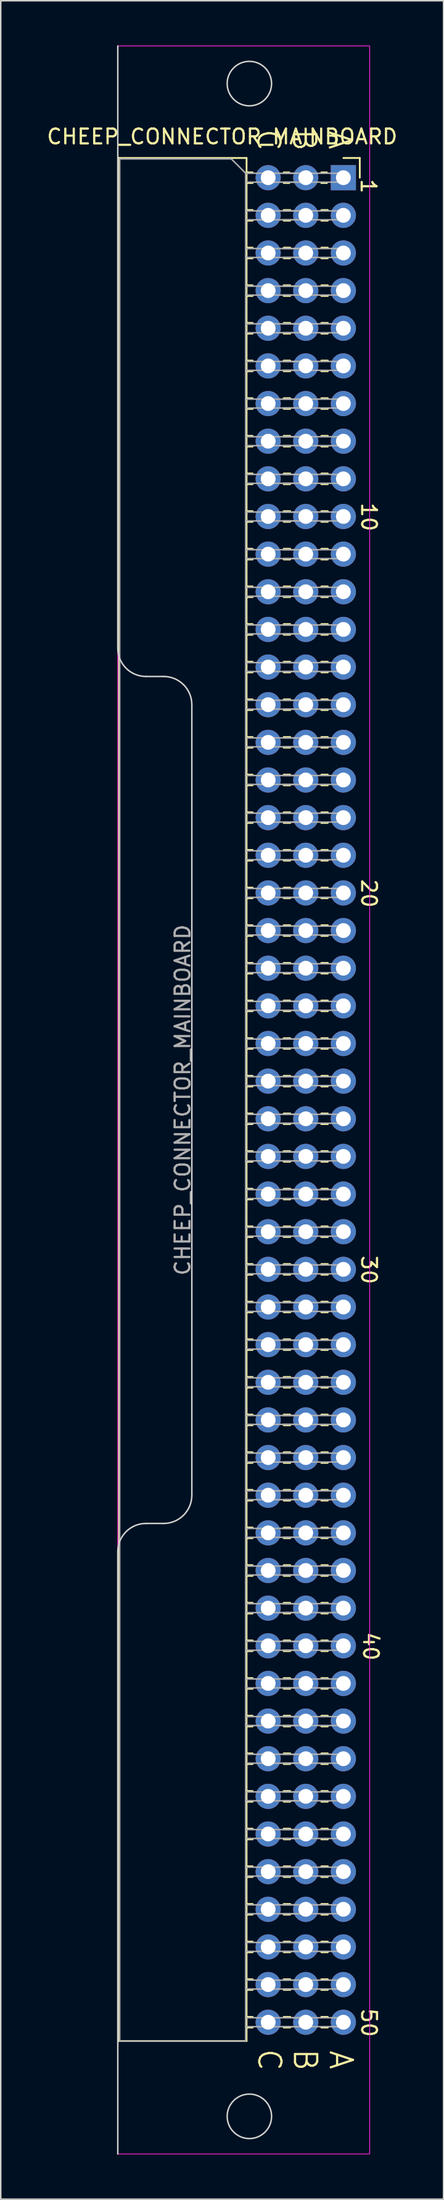
<source format=kicad_pcb>
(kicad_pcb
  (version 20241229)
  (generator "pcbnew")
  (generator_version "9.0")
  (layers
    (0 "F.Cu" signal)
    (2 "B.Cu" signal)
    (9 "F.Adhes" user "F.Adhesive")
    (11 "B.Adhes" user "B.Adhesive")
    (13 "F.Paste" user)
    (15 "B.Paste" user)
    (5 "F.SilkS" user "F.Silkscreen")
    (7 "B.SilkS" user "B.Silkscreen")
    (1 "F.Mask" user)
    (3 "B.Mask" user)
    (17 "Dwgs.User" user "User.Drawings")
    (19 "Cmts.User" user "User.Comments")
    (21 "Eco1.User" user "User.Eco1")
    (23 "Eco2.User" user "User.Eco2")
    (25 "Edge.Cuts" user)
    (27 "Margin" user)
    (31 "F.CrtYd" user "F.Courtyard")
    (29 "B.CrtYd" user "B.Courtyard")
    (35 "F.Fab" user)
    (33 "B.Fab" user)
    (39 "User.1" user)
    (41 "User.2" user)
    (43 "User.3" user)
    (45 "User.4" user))
  (footprint "CHEEP_CONNECTOR_MAINBOARD"
    (layer "F.Cu")
    (at 20.148 8.94)
    (property "Reference" "CHEEP_CONNECTOR_MAINBOARD" (at -8.19 -2.77 0) (layer "F.SilkS") (effects (font (size 1 1) (thickness 0.15))))
    (attr through_hole)
    (fp_line (start -15.17 -1.33) (end -15.17 125.73) (stroke (width 0.12) (type solid)) (layer "F.SilkS"))
    (fp_line (start -15.17 -1.33) (end -6.54 -1.33) (stroke (width 0.12) (type solid)) (layer "F.SilkS"))
    (fp_line (start -15.17 125.73) (end -6.54 125.73) (stroke (width 0.12) (type solid)) (layer "F.SilkS"))
    (fp_line (start -6.54 -1.33) (end -6.54 125.73) (stroke (width 0.12) (type solid)) (layer "F.SilkS"))
    (fp_line (start -6.54 -0.36) (end -6.13 -0.36) (stroke (width 0.12) (type solid)) (layer "F.SilkS"))
    (fp_line (start -6.54 0.36) (end -6.13 0.36) (stroke (width 0.12) (type solid)) (layer "F.SilkS"))
    (fp_line (start -6.54 2.18) (end -6.13 2.18) (stroke (width 0.12) (type solid)) (layer "F.SilkS"))
    (fp_line (start -6.54 2.9) (end -6.13 2.9) (stroke (width 0.12) (type solid)) (layer "F.SilkS"))
    (fp_line (start -6.54 4.72) (end -6.13 4.72) (stroke (width 0.12) (type solid)) (layer "F.SilkS"))
    (fp_line (start -6.54 5.44) (end -6.13 5.44) (stroke (width 0.12) (type solid)) (layer "F.SilkS"))
    (fp_line (start -6.54 7.26) (end -6.13 7.26) (stroke (width 0.12) (type solid)) (layer "F.SilkS"))
    (fp_line (start -6.54 7.98) (end -6.13 7.98) (stroke (width 0.12) (type solid)) (layer "F.SilkS"))
    (fp_line (start -6.54 9.8) (end -6.13 9.8) (stroke (width 0.12) (type solid)) (layer "F.SilkS"))
    (fp_line (start -6.54 10.52) (end -6.13 10.52) (stroke (width 0.12) (type solid)) (layer "F.SilkS"))
    (fp_line (start -6.54 12.34) (end -6.13 12.34) (stroke (width 0.12) (type solid)) (layer "F.SilkS"))
    (fp_line (start -6.54 13.06) (end -6.13 13.06) (stroke (width 0.12) (type solid)) (layer "F.SilkS"))
    (fp_line (start -6.54 14.88) (end -6.13 14.88) (stroke (width 0.12) (type solid)) (layer "F.SilkS"))
    (fp_line (start -6.54 15.6) (end -6.13 15.6) (stroke (width 0.12) (type solid)) (layer "F.SilkS"))
    (fp_line (start -6.54 17.42) (end -6.13 17.42) (stroke (width 0.12) (type solid)) (layer "F.SilkS"))
    (fp_line (start -6.54 18.14) (end -6.13 18.14) (stroke (width 0.12) (type solid)) (layer "F.SilkS"))
    (fp_line (start -6.54 19.96) (end -6.13 19.96) (stroke (width 0.12) (type solid)) (layer "F.SilkS"))
    (fp_line (start -6.54 20.68) (end -6.13 20.68) (stroke (width 0.12) (type solid)) (layer "F.SilkS"))
    (fp_line (start -6.54 22.5) (end -6.13 22.5) (stroke (width 0.12) (type solid)) (layer "F.SilkS"))
    (fp_line (start -6.54 23.22) (end -6.13 23.22) (stroke (width 0.12) (type solid)) (layer "F.SilkS"))
    (fp_line (start -6.54 25.04) (end -6.13 25.04) (stroke (width 0.12) (type solid)) (layer "F.SilkS"))
    (fp_line (start -6.54 25.76) (end -6.13 25.76) (stroke (width 0.12) (type solid)) (layer "F.SilkS"))
    (fp_line (start -6.54 27.58) (end -6.13 27.58) (stroke (width 0.12) (type solid)) (layer "F.SilkS"))
    (fp_line (start -6.54 28.3) (end -6.13 28.3) (stroke (width 0.12) (type solid)) (layer "F.SilkS"))
    (fp_line (start -6.54 30.12) (end -6.13 30.12) (stroke (width 0.12) (type solid)) (layer "F.SilkS"))
    (fp_line (start -6.54 30.84) (end -6.13 30.84) (stroke (width 0.12) (type solid)) (layer "F.SilkS"))
    (fp_line (start -6.54 32.66) (end -6.13 32.66) (stroke (width 0.12) (type solid)) (layer "F.SilkS"))
    (fp_line (start -6.54 33.38) (end -6.13 33.38) (stroke (width 0.12) (type solid)) (layer "F.SilkS"))
    (fp_line (start -6.54 35.2) (end -6.13 35.2) (stroke (width 0.12) (type solid)) (layer "F.SilkS"))
    (fp_line (start -6.54 35.92) (end -6.13 35.92) (stroke (width 0.12) (type solid)) (layer "F.SilkS"))
    (fp_line (start -6.54 37.74) (end -6.13 37.74) (stroke (width 0.12) (type solid)) (layer "F.SilkS"))
    (fp_line (start -6.54 38.46) (end -6.13 38.46) (stroke (width 0.12) (type solid)) (layer "F.SilkS"))
    (fp_line (start -6.54 40.28) (end -6.13 40.28) (stroke (width 0.12) (type solid)) (layer "F.SilkS"))
    (fp_line (start -6.54 41) (end -6.13 41) (stroke (width 0.12) (type solid)) (layer "F.SilkS"))
    (fp_line (start -6.54 42.82) (end -6.13 42.82) (stroke (width 0.12) (type solid)) (layer "F.SilkS"))
    (fp_line (start -6.54 43.54) (end -6.13 43.54) (stroke (width 0.12) (type solid)) (layer "F.SilkS"))
    (fp_line (start -6.54 45.36) (end -6.13 45.36) (stroke (width 0.12) (type solid)) (layer "F.SilkS"))
    (fp_line (start -6.54 46.08) (end -6.13 46.08) (stroke (width 0.12) (type solid)) (layer "F.SilkS"))
    (fp_line (start -6.54 47.9) (end -6.13 47.9) (stroke (width 0.12) (type solid)) (layer "F.SilkS"))
    (fp_line (start -6.54 48.62) (end -6.13 48.62) (stroke (width 0.12) (type solid)) (layer "F.SilkS"))
    (fp_line (start -6.54 50.44) (end -6.13 50.44) (stroke (width 0.12) (type solid)) (layer "F.SilkS"))
    (fp_line (start -6.54 51.16) (end -6.13 51.16) (stroke (width 0.12) (type solid)) (layer "F.SilkS"))
    (fp_line (start -6.54 52.98) (end -6.13 52.98) (stroke (width 0.12) (type solid)) (layer "F.SilkS"))
    (fp_line (start -6.54 53.7) (end -6.13 53.7) (stroke (width 0.12) (type solid)) (layer "F.SilkS"))
    (fp_line (start -6.54 55.52) (end -6.13 55.52) (stroke (width 0.12) (type solid)) (layer "F.SilkS"))
    (fp_line (start -6.54 56.24) (end -6.13 56.24) (stroke (width 0.12) (type solid)) (layer "F.SilkS"))
    (fp_line (start -6.54 58.06) (end -6.13 58.06) (stroke (width 0.12) (type solid)) (layer "F.SilkS"))
    (fp_line (start -6.54 58.78) (end -6.13 58.78) (stroke (width 0.12) (type solid)) (layer "F.SilkS"))
    (fp_line (start -6.54 60.6) (end -6.13 60.6) (stroke (width 0.12) (type solid)) (layer "F.SilkS"))
    (fp_line (start -6.54 61.32) (end -6.13 61.32) (stroke (width 0.12) (type solid)) (layer "F.SilkS"))
    (fp_line (start -6.54 63.14) (end -6.13 63.14) (stroke (width 0.12) (type solid)) (layer "F.SilkS"))
    (fp_line (start -6.54 63.86) (end -6.13 63.86) (stroke (width 0.12) (type solid)) (layer "F.SilkS"))
    (fp_line (start -6.54 65.68) (end -6.13 65.68) (stroke (width 0.12) (type solid)) (layer "F.SilkS"))
    (fp_line (start -6.54 66.4) (end -6.13 66.4) (stroke (width 0.12) (type solid)) (layer "F.SilkS"))
    (fp_line (start -6.54 68.22) (end -6.13 68.22) (stroke (width 0.12) (type solid)) (layer "F.SilkS"))
    (fp_line (start -6.54 68.94) (end -6.13 68.94) (stroke (width 0.12) (type solid)) (layer "F.SilkS"))
    (fp_line (start -6.54 70.76) (end -6.13 70.76) (stroke (width 0.12) (type solid)) (layer "F.SilkS"))
    (fp_line (start -6.54 71.48) (end -6.13 71.48) (stroke (width 0.12) (type solid)) (layer "F.SilkS"))
    (fp_line (start -6.54 73.3) (end -6.13 73.3) (stroke (width 0.12) (type solid)) (layer "F.SilkS"))
    (fp_line (start -6.54 74.02) (end -6.13 74.02) (stroke (width 0.12) (type solid)) (layer "F.SilkS"))
    (fp_line (start -6.54 75.84) (end -6.13 75.84) (stroke (width 0.12) (type solid)) (layer "F.SilkS"))
    (fp_line (start -6.54 76.56) (end -6.13 76.56) (stroke (width 0.12) (type solid)) (layer "F.SilkS"))
    (fp_line (start -6.54 78.38) (end -6.13 78.38) (stroke (width 0.12) (type solid)) (layer "F.SilkS"))
    (fp_line (start -6.54 79.1) (end -6.13 79.1) (stroke (width 0.12) (type solid)) (layer "F.SilkS"))
    (fp_line (start -6.54 80.92) (end -6.13 80.92) (stroke (width 0.12) (type solid)) (layer "F.SilkS"))
    (fp_line (start -6.54 81.64) (end -6.13 81.64) (stroke (width 0.12) (type solid)) (layer "F.SilkS"))
    (fp_line (start -6.54 83.46) (end -6.13 83.46) (stroke (width 0.12) (type solid)) (layer "F.SilkS"))
    (fp_line (start -6.54 84.18) (end -6.13 84.18) (stroke (width 0.12) (type solid)) (layer "F.SilkS"))
    (fp_line (start -6.54 86) (end -6.13 86) (stroke (width 0.12) (type solid)) (layer "F.SilkS"))
    (fp_line (start -6.54 86.72) (end -6.13 86.72) (stroke (width 0.12) (type solid)) (layer "F.SilkS"))
    (fp_line (start -6.54 88.54) (end -6.13 88.54) (stroke (width 0.12) (type solid)) (layer "F.SilkS"))
    (fp_line (start -6.54 89.26) (end -6.13 89.26) (stroke (width 0.12) (type solid)) (layer "F.SilkS"))
    (fp_line (start -6.54 91.08) (end -6.13 91.08) (stroke (width 0.12) (type solid)) (layer "F.SilkS"))
    (fp_line (start -6.54 91.8) (end -6.13 91.8) (stroke (width 0.12) (type solid)) (layer "F.SilkS"))
    (fp_line (start -6.54 93.62) (end -6.13 93.62) (stroke (width 0.12) (type solid)) (layer "F.SilkS"))
    (fp_line (start -6.54 94.34) (end -6.13 94.34) (stroke (width 0.12) (type solid)) (layer "F.SilkS"))
    (fp_line (start -6.54 96.16) (end -6.13 96.16) (stroke (width 0.12) (type solid)) (layer "F.SilkS"))
    (fp_line (start -6.54 96.88) (end -6.13 96.88) (stroke (width 0.12) (type solid)) (layer "F.SilkS"))
    (fp_line (start -6.54 98.7) (end -6.13 98.7) (stroke (width 0.12) (type solid)) (layer "F.SilkS"))
    (fp_line (start -6.54 99.42) (end -6.13 99.42) (stroke (width 0.12) (type solid)) (layer "F.SilkS"))
    (fp_line (start -6.54 101.24) (end -6.13 101.24) (stroke (width 0.12) (type solid)) (layer "F.SilkS"))
    (fp_line (start -6.54 101.96) (end -6.13 101.96) (stroke (width 0.12) (type solid)) (layer "F.SilkS"))
    (fp_line (start -6.54 103.78) (end -6.13 103.78) (stroke (width 0.12) (type solid)) (layer "F.SilkS"))
    (fp_line (start -6.54 104.5) (end -6.13 104.5) (stroke (width 0.12) (type solid)) (layer "F.SilkS"))
    (fp_line (start -6.54 106.32) (end -6.13 106.32) (stroke (width 0.12) (type solid)) (layer "F.SilkS"))
    (fp_line (start -6.54 107.04) (end -6.13 107.04) (stroke (width 0.12) (type solid)) (layer "F.SilkS"))
    (fp_line (start -6.54 108.86) (end -6.13 108.86) (stroke (width 0.12) (type solid)) (layer "F.SilkS"))
    (fp_line (start -6.54 109.58) (end -6.13 109.58) (stroke (width 0.12) (type solid)) (layer "F.SilkS"))
    (fp_line (start -6.54 111.4) (end -6.13 111.4) (stroke (width 0.12) (type solid)) (layer "F.SilkS"))
    (fp_line (start -6.54 112.12) (end -6.13 112.12) (stroke (width 0.12) (type solid)) (layer "F.SilkS"))
    (fp_line (start -6.54 113.94) (end -6.13 113.94) (stroke (width 0.12) (type solid)) (layer "F.SilkS"))
    (fp_line (start -6.54 114.66) (end -6.13 114.66) (stroke (width 0.12) (type solid)) (layer "F.SilkS"))
    (fp_line (start -6.54 116.48) (end -6.13 116.48) (stroke (width 0.12) (type solid)) (layer "F.SilkS"))
    (fp_line (start -6.54 117.2) (end -6.13 117.2) (stroke (width 0.12) (type solid)) (layer "F.SilkS"))
    (fp_line (start -6.54 119.02) (end -6.13 119.02) (stroke (width 0.12) (type solid)) (layer "F.SilkS"))
    (fp_line (start -6.54 119.74) (end -6.13 119.74) (stroke (width 0.12) (type solid)) (layer "F.SilkS"))
    (fp_line (start -6.54 121.56) (end -6.13 121.56) (stroke (width 0.12) (type solid)) (layer "F.SilkS"))
    (fp_line (start -6.54 122.28) (end -6.13 122.28) (stroke (width 0.12) (type solid)) (layer "F.SilkS"))
    (fp_line (start -6.54 124.1) (end -6.13 124.1) (stroke (width 0.12) (type solid)) (layer "F.SilkS"))
    (fp_line (start -6.54 124.82) (end -6.13 124.82) (stroke (width 0.12) (type solid)) (layer "F.SilkS"))
    (fp_line (start -4.03 -0.36) (end -3.65 -0.36) (stroke (width 0.12) (type solid)) (layer "F.SilkS"))
    (fp_line (start -4.03 0.36) (end -3.65 0.36) (stroke (width 0.12) (type solid)) (layer "F.SilkS"))
    (fp_line (start -4.03 2.18) (end -3.59 2.18) (stroke (width 0.12) (type solid)) (layer "F.SilkS"))
    (fp_line (start -4.03 2.9) (end -3.59 2.9) (stroke (width 0.12) (type solid)) (layer "F.SilkS"))
    (fp_line (start -4.03 4.72) (end -3.59 4.72) (stroke (width 0.12) (type solid)) (layer "F.SilkS"))
    (fp_line (start -4.03 5.44) (end -3.59 5.44) (stroke (width 0.12) (type solid)) (layer "F.SilkS"))
    (fp_line (start -4.03 7.26) (end -3.59 7.26) (stroke (width 0.12) (type solid)) (layer "F.SilkS"))
    (fp_line (start -4.03 7.98) (end -3.59 7.98) (stroke (width 0.12) (type solid)) (layer "F.SilkS"))
    (fp_line (start -4.03 9.8) (end -3.59 9.8) (stroke (width 0.12) (type solid)) (layer "F.SilkS"))
    (fp_line (start -4.03 10.52) (end -3.59 10.52) (stroke (width 0.12) (type solid)) (layer "F.SilkS"))
    (fp_line (start -4.03 12.34) (end -3.59 12.34) (stroke (width 0.12) (type solid)) (layer "F.SilkS"))
    (fp_line (start -4.03 13.06) (end -3.59 13.06) (stroke (width 0.12) (type solid)) (layer "F.SilkS"))
    (fp_line (start -4.03 14.88) (end -3.59 14.88) (stroke (width 0.12) (type solid)) (layer "F.SilkS"))
    (fp_line (start -4.03 15.6) (end -3.59 15.6) (stroke (width 0.12) (type solid)) (layer "F.SilkS"))
    (fp_line (start -4.03 17.42) (end -3.59 17.42) (stroke (width 0.12) (type solid)) (layer "F.SilkS"))
    (fp_line (start -4.03 18.14) (end -3.59 18.14) (stroke (width 0.12) (type solid)) (layer "F.SilkS"))
    (fp_line (start -4.03 19.96) (end -3.59 19.96) (stroke (width 0.12) (type solid)) (layer "F.SilkS"))
    (fp_line (start -4.03 20.68) (end -3.59 20.68) (stroke (width 0.12) (type solid)) (layer "F.SilkS"))
    (fp_line (start -4.03 22.5) (end -3.59 22.5) (stroke (width 0.12) (type solid)) (layer "F.SilkS"))
    (fp_line (start -4.03 23.22) (end -3.59 23.22) (stroke (width 0.12) (type solid)) (layer "F.SilkS"))
    (fp_line (start -4.03 25.04) (end -3.59 25.04) (stroke (width 0.12) (type solid)) (layer "F.SilkS"))
    (fp_line (start -4.03 25.76) (end -3.59 25.76) (stroke (width 0.12) (type solid)) (layer "F.SilkS"))
    (fp_line (start -4.03 27.58) (end -3.59 27.58) (stroke (width 0.12) (type solid)) (layer "F.SilkS"))
    (fp_line (start -4.03 28.3) (end -3.59 28.3) (stroke (width 0.12) (type solid)) (layer "F.SilkS"))
    (fp_line (start -4.03 30.12) (end -3.59 30.12) (stroke (width 0.12) (type solid)) (layer "F.SilkS"))
    (fp_line (start -4.03 30.84) (end -3.59 30.84) (stroke (width 0.12) (type solid)) (layer "F.SilkS"))
    (fp_line (start -4.03 32.66) (end -3.59 32.66) (stroke (width 0.12) (type solid)) (layer "F.SilkS"))
    (fp_line (start -4.03 33.38) (end -3.59 33.38) (stroke (width 0.12) (type solid)) (layer "F.SilkS"))
    (fp_line (start -4.03 35.2) (end -3.59 35.2) (stroke (width 0.12) (type solid)) (layer "F.SilkS"))
    (fp_line (start -4.03 35.92) (end -3.59 35.92) (stroke (width 0.12) (type solid)) (layer "F.SilkS"))
    (fp_line (start -4.03 37.74) (end -3.59 37.74) (stroke (width 0.12) (type solid)) (layer "F.SilkS"))
    (fp_line (start -4.03 38.46) (end -3.59 38.46) (stroke (width 0.12) (type solid)) (layer "F.SilkS"))
    (fp_line (start -4.03 40.28) (end -3.59 40.28) (stroke (width 0.12) (type solid)) (layer "F.SilkS"))
    (fp_line (start -4.03 41) (end -3.59 41) (stroke (width 0.12) (type solid)) (layer "F.SilkS"))
    (fp_line (start -4.03 42.82) (end -3.59 42.82) (stroke (width 0.12) (type solid)) (layer "F.SilkS"))
    (fp_line (start -4.03 43.54) (end -3.59 43.54) (stroke (width 0.12) (type solid)) (layer "F.SilkS"))
    (fp_line (start -4.03 45.36) (end -3.59 45.36) (stroke (width 0.12) (type solid)) (layer "F.SilkS"))
    (fp_line (start -4.03 46.08) (end -3.59 46.08) (stroke (width 0.12) (type solid)) (layer "F.SilkS"))
    (fp_line (start -4.03 47.9) (end -3.59 47.9) (stroke (width 0.12) (type solid)) (layer "F.SilkS"))
    (fp_line (start -4.03 48.62) (end -3.59 48.62) (stroke (width 0.12) (type solid)) (layer "F.SilkS"))
    (fp_line (start -4.03 50.44) (end -3.59 50.44) (stroke (width 0.12) (type solid)) (layer "F.SilkS"))
    (fp_line (start -4.03 51.16) (end -3.59 51.16) (stroke (width 0.12) (type solid)) (layer "F.SilkS"))
    (fp_line (start -4.03 52.98) (end -3.59 52.98) (stroke (width 0.12) (type solid)) (layer "F.SilkS"))
    (fp_line (start -4.03 53.7) (end -3.59 53.7) (stroke (width 0.12) (type solid)) (layer "F.SilkS"))
    (fp_line (start -4.03 55.52) (end -3.59 55.52) (stroke (width 0.12) (type solid)) (layer "F.SilkS"))
    (fp_line (start -4.03 56.24) (end -3.59 56.24) (stroke (width 0.12) (type solid)) (layer "F.SilkS"))
    (fp_line (start -4.03 58.06) (end -3.59 58.06) (stroke (width 0.12) (type solid)) (layer "F.SilkS"))
    (fp_line (start -4.03 58.78) (end -3.59 58.78) (stroke (width 0.12) (type solid)) (layer "F.SilkS"))
    (fp_line (start -4.03 60.6) (end -3.59 60.6) (stroke (width 0.12) (type solid)) (layer "F.SilkS"))
    (fp_line (start -4.03 61.32) (end -3.59 61.32) (stroke (width 0.12) (type solid)) (layer "F.SilkS"))
    (fp_line (start -4.03 63.14) (end -3.59 63.14) (stroke (width 0.12) (type solid)) (layer "F.SilkS"))
    (fp_line (start -4.03 63.86) (end -3.59 63.86) (stroke (width 0.12) (type solid)) (layer "F.SilkS"))
    (fp_line (start -4.03 65.68) (end -3.59 65.68) (stroke (width 0.12) (type solid)) (layer "F.SilkS"))
    (fp_line (start -4.03 66.4) (end -3.59 66.4) (stroke (width 0.12) (type solid)) (layer "F.SilkS"))
    (fp_line (start -4.03 68.22) (end -3.59 68.22) (stroke (width 0.12) (type solid)) (layer "F.SilkS"))
    (fp_line (start -4.03 68.94) (end -3.59 68.94) (stroke (width 0.12) (type solid)) (layer "F.SilkS"))
    (fp_line (start -4.03 70.76) (end -3.59 70.76) (stroke (width 0.12) (type solid)) (layer "F.SilkS"))
    (fp_line (start -4.03 71.48) (end -3.59 71.48) (stroke (width 0.12) (type solid)) (layer "F.SilkS"))
    (fp_line (start -4.03 73.3) (end -3.59 73.3) (stroke (width 0.12) (type solid)) (layer "F.SilkS"))
    (fp_line (start -4.03 74.02) (end -3.59 74.02) (stroke (width 0.12) (type solid)) (layer "F.SilkS"))
    (fp_line (start -4.03 75.84) (end -3.59 75.84) (stroke (width 0.12) (type solid)) (layer "F.SilkS"))
    (fp_line (start -4.03 76.56) (end -3.59 76.56) (stroke (width 0.12) (type solid)) (layer "F.SilkS"))
    (fp_line (start -4.03 78.38) (end -3.59 78.38) (stroke (width 0.12) (type solid)) (layer "F.SilkS"))
    (fp_line (start -4.03 79.1) (end -3.59 79.1) (stroke (width 0.12) (type solid)) (layer "F.SilkS"))
    (fp_line (start -4.03 80.92) (end -3.59 80.92) (stroke (width 0.12) (type solid)) (layer "F.SilkS"))
    (fp_line (start -4.03 81.64) (end -3.59 81.64) (stroke (width 0.12) (type solid)) (layer "F.SilkS"))
    (fp_line (start -4.03 83.46) (end -3.59 83.46) (stroke (width 0.12) (type solid)) (layer "F.SilkS"))
    (fp_line (start -4.03 84.18) (end -3.59 84.18) (stroke (width 0.12) (type solid)) (layer "F.SilkS"))
    (fp_line (start -4.03 86) (end -3.59 86) (stroke (width 0.12) (type solid)) (layer "F.SilkS"))
    (fp_line (start -4.03 86.72) (end -3.59 86.72) (stroke (width 0.12) (type solid)) (layer "F.SilkS"))
    (fp_line (start -4.03 88.54) (end -3.59 88.54) (stroke (width 0.12) (type solid)) (layer "F.SilkS"))
    (fp_line (start -4.03 89.26) (end -3.59 89.26) (stroke (width 0.12) (type solid)) (layer "F.SilkS"))
    (fp_line (start -4.03 91.08) (end -3.59 91.08) (stroke (width 0.12) (type solid)) (layer "F.SilkS"))
    (fp_line (start -4.03 91.8) (end -3.59 91.8) (stroke (width 0.12) (type solid)) (layer "F.SilkS"))
    (fp_line (start -4.03 93.62) (end -3.59 93.62) (stroke (width 0.12) (type solid)) (layer "F.SilkS"))
    (fp_line (start -4.03 94.34) (end -3.59 94.34) (stroke (width 0.12) (type solid)) (layer "F.SilkS"))
    (fp_line (start -4.03 96.16) (end -3.59 96.16) (stroke (width 0.12) (type solid)) (layer "F.SilkS"))
    (fp_line (start -4.03 96.88) (end -3.59 96.88) (stroke (width 0.12) (type solid)) (layer "F.SilkS"))
    (fp_line (start -4.03 98.7) (end -3.59 98.7) (stroke (width 0.12) (type solid)) (layer "F.SilkS"))
    (fp_line (start -4.03 99.42) (end -3.59 99.42) (stroke (width 0.12) (type solid)) (layer "F.SilkS"))
    (fp_line (start -4.03 101.24) (end -3.59 101.24) (stroke (width 0.12) (type solid)) (layer "F.SilkS"))
    (fp_line (start -4.03 101.96) (end -3.59 101.96) (stroke (width 0.12) (type solid)) (layer "F.SilkS"))
    (fp_line (start -4.03 103.78) (end -3.59 103.78) (stroke (width 0.12) (type solid)) (layer "F.SilkS"))
    (fp_line (start -4.03 104.5) (end -3.59 104.5) (stroke (width 0.12) (type solid)) (layer "F.SilkS"))
    (fp_line (start -4.03 106.32) (end -3.59 106.32) (stroke (width 0.12) (type solid)) (layer "F.SilkS"))
    (fp_line (start -4.03 107.04) (end -3.59 107.04) (stroke (width 0.12) (type solid)) (layer "F.SilkS"))
    (fp_line (start -4.03 108.86) (end -3.59 108.86) (stroke (width 0.12) (type solid)) (layer "F.SilkS"))
    (fp_line (start -4.03 109.58) (end -3.59 109.58) (stroke (width 0.12) (type solid)) (layer "F.SilkS"))
    (fp_line (start -4.03 111.4) (end -3.59 111.4) (stroke (width 0.12) (type solid)) (layer "F.SilkS"))
    (fp_line (start -4.03 112.12) (end -3.59 112.12) (stroke (width 0.12) (type solid)) (layer "F.SilkS"))
    (fp_line (start -4.03 113.94) (end -3.59 113.94) (stroke (width 0.12) (type solid)) (layer "F.SilkS"))
    (fp_line (start -4.03 114.66) (end -3.59 114.66) (stroke (width 0.12) (type solid)) (layer "F.SilkS"))
    (fp_line (start -4.03 116.48) (end -3.59 116.48) (stroke (width 0.12) (type solid)) (layer "F.SilkS"))
    (fp_line (start -4.03 117.2) (end -3.59 117.2) (stroke (width 0.12) (type solid)) (layer "F.SilkS"))
    (fp_line (start -4.03 119.02) (end -3.59 119.02) (stroke (width 0.12) (type solid)) (layer "F.SilkS"))
    (fp_line (start -4.03 119.74) (end -3.59 119.74) (stroke (width 0.12) (type solid)) (layer "F.SilkS"))
    (fp_line (start -4.03 121.56) (end -3.59 121.56) (stroke (width 0.12) (type solid)) (layer "F.SilkS"))
    (fp_line (start -4.03 122.28) (end -3.59 122.28) (stroke (width 0.12) (type solid)) (layer "F.SilkS"))
    (fp_line (start -4.03 124.1) (end -3.59 124.1) (stroke (width 0.12) (type solid)) (layer "F.SilkS"))
    (fp_line (start -4.03 124.82) (end -3.59 124.82) (stroke (width 0.12) (type solid)) (layer "F.SilkS"))
    (fp_line (start -1.49 -0.36) (end -1.11 -0.36) (stroke (width 0.12) (type solid)) (layer "F.SilkS"))
    (fp_line (start -1.49 0.36) (end -1.11 0.36) (stroke (width 0.12) (type solid)) (layer "F.SilkS"))
    (fp_line (start -1.49 2.18) (end -1.05 2.18) (stroke (width 0.12) (type solid)) (layer "F.SilkS"))
    (fp_line (start -1.49 2.9) (end -1.05 2.9) (stroke (width 0.12) (type solid)) (layer "F.SilkS"))
    (fp_line (start -1.49 4.72) (end -1.05 4.72) (stroke (width 0.12) (type solid)) (layer "F.SilkS"))
    (fp_line (start -1.49 5.44) (end -1.05 5.44) (stroke (width 0.12) (type solid)) (layer "F.SilkS"))
    (fp_line (start -1.49 7.26) (end -1.05 7.26) (stroke (width 0.12) (type solid)) (layer "F.SilkS"))
    (fp_line (start -1.49 7.98) (end -1.05 7.98) (stroke (width 0.12) (type solid)) (layer "F.SilkS"))
    (fp_line (start -1.49 9.8) (end -1.05 9.8) (stroke (width 0.12) (type solid)) (layer "F.SilkS"))
    (fp_line (start -1.49 10.52) (end -1.05 10.52) (stroke (width 0.12) (type solid)) (layer "F.SilkS"))
    (fp_line (start -1.49 12.34) (end -1.05 12.34) (stroke (width 0.12) (type solid)) (layer "F.SilkS"))
    (fp_line (start -1.49 13.06) (end -1.05 13.06) (stroke (width 0.12) (type solid)) (layer "F.SilkS"))
    (fp_line (start -1.49 14.88) (end -1.05 14.88) (stroke (width 0.12) (type solid)) (layer "F.SilkS"))
    (fp_line (start -1.49 15.6) (end -1.05 15.6) (stroke (width 0.12) (type solid)) (layer "F.SilkS"))
    (fp_line (start -1.49 17.42) (end -1.05 17.42) (stroke (width 0.12) (type solid)) (layer "F.SilkS"))
    (fp_line (start -1.49 18.14) (end -1.05 18.14) (stroke (width 0.12) (type solid)) (layer "F.SilkS"))
    (fp_line (start -1.49 19.96) (end -1.05 19.96) (stroke (width 0.12) (type solid)) (layer "F.SilkS"))
    (fp_line (start -1.49 20.68) (end -1.05 20.68) (stroke (width 0.12) (type solid)) (layer "F.SilkS"))
    (fp_line (start -1.49 22.5) (end -1.05 22.5) (stroke (width 0.12) (type solid)) (layer "F.SilkS"))
    (fp_line (start -1.49 23.22) (end -1.05 23.22) (stroke (width 0.12) (type solid)) (layer "F.SilkS"))
    (fp_line (start -1.49 25.04) (end -1.05 25.04) (stroke (width 0.12) (type solid)) (layer "F.SilkS"))
    (fp_line (start -1.49 25.76) (end -1.05 25.76) (stroke (width 0.12) (type solid)) (layer "F.SilkS"))
    (fp_line (start -1.49 27.58) (end -1.05 27.58) (stroke (width 0.12) (type solid)) (layer "F.SilkS"))
    (fp_line (start -1.49 28.3) (end -1.05 28.3) (stroke (width 0.12) (type solid)) (layer "F.SilkS"))
    (fp_line (start -1.49 30.12) (end -1.05 30.12) (stroke (width 0.12) (type solid)) (layer "F.SilkS"))
    (fp_line (start -1.49 30.84) (end -1.05 30.84) (stroke (width 0.12) (type solid)) (layer "F.SilkS"))
    (fp_line (start -1.49 32.66) (end -1.05 32.66) (stroke (width 0.12) (type solid)) (layer "F.SilkS"))
    (fp_line (start -1.49 33.38) (end -1.05 33.38) (stroke (width 0.12) (type solid)) (layer "F.SilkS"))
    (fp_line (start -1.49 35.2) (end -1.05 35.2) (stroke (width 0.12) (type solid)) (layer "F.SilkS"))
    (fp_line (start -1.49 35.92) (end -1.05 35.92) (stroke (width 0.12) (type solid)) (layer "F.SilkS"))
    (fp_line (start -1.49 37.74) (end -1.05 37.74) (stroke (width 0.12) (type solid)) (layer "F.SilkS"))
    (fp_line (start -1.49 38.46) (end -1.05 38.46) (stroke (width 0.12) (type solid)) (layer "F.SilkS"))
    (fp_line (start -1.49 40.28) (end -1.05 40.28) (stroke (width 0.12) (type solid)) (layer "F.SilkS"))
    (fp_line (start -1.49 41) (end -1.05 41) (stroke (width 0.12) (type solid)) (layer "F.SilkS"))
    (fp_line (start -1.49 42.82) (end -1.05 42.82) (stroke (width 0.12) (type solid)) (layer "F.SilkS"))
    (fp_line (start -1.49 43.54) (end -1.05 43.54) (stroke (width 0.12) (type solid)) (layer "F.SilkS"))
    (fp_line (start -1.49 45.36) (end -1.05 45.36) (stroke (width 0.12) (type solid)) (layer "F.SilkS"))
    (fp_line (start -1.49 46.08) (end -1.05 46.08) (stroke (width 0.12) (type solid)) (layer "F.SilkS"))
    (fp_line (start -1.49 47.9) (end -1.05 47.9) (stroke (width 0.12) (type solid)) (layer "F.SilkS"))
    (fp_line (start -1.49 48.62) (end -1.05 48.62) (stroke (width 0.12) (type solid)) (layer "F.SilkS"))
    (fp_line (start -1.49 50.44) (end -1.05 50.44) (stroke (width 0.12) (type solid)) (layer "F.SilkS"))
    (fp_line (start -1.49 51.16) (end -1.05 51.16) (stroke (width 0.12) (type solid)) (layer "F.SilkS"))
    (fp_line (start -1.49 52.98) (end -1.05 52.98) (stroke (width 0.12) (type solid)) (layer "F.SilkS"))
    (fp_line (start -1.49 53.7) (end -1.05 53.7) (stroke (width 0.12) (type solid)) (layer "F.SilkS"))
    (fp_line (start -1.49 55.52) (end -1.05 55.52) (stroke (width 0.12) (type solid)) (layer "F.SilkS"))
    (fp_line (start -1.49 56.24) (end -1.05 56.24) (stroke (width 0.12) (type solid)) (layer "F.SilkS"))
    (fp_line (start -1.49 58.06) (end -1.05 58.06) (stroke (width 0.12) (type solid)) (layer "F.SilkS"))
    (fp_line (start -1.49 58.78) (end -1.05 58.78) (stroke (width 0.12) (type solid)) (layer "F.SilkS"))
    (fp_line (start -1.49 60.6) (end -1.05 60.6) (stroke (width 0.12) (type solid)) (layer "F.SilkS"))
    (fp_line (start -1.49 61.32) (end -1.05 61.32) (stroke (width 0.12) (type solid)) (layer "F.SilkS"))
    (fp_line (start -1.49 63.14) (end -1.05 63.14) (stroke (width 0.12) (type solid)) (layer "F.SilkS"))
    (fp_line (start -1.49 63.86) (end -1.05 63.86) (stroke (width 0.12) (type solid)) (layer "F.SilkS"))
    (fp_line (start -1.49 65.68) (end -1.05 65.68) (stroke (width 0.12) (type solid)) (layer "F.SilkS"))
    (fp_line (start -1.49 66.4) (end -1.05 66.4) (stroke (width 0.12) (type solid)) (layer "F.SilkS"))
    (fp_line (start -1.49 68.22) (end -1.05 68.22) (stroke (width 0.12) (type solid)) (layer "F.SilkS"))
    (fp_line (start -1.49 68.94) (end -1.05 68.94) (stroke (width 0.12) (type solid)) (layer "F.SilkS"))
    (fp_line (start -1.49 70.76) (end -1.05 70.76) (stroke (width 0.12) (type solid)) (layer "F.SilkS"))
    (fp_line (start -1.49 71.48) (end -1.05 71.48) (stroke (width 0.12) (type solid)) (layer "F.SilkS"))
    (fp_line (start -1.49 73.3) (end -1.05 73.3) (stroke (width 0.12) (type solid)) (layer "F.SilkS"))
    (fp_line (start -1.49 74.02) (end -1.05 74.02) (stroke (width 0.12) (type solid)) (layer "F.SilkS"))
    (fp_line (start -1.49 75.84) (end -1.05 75.84) (stroke (width 0.12) (type solid)) (layer "F.SilkS"))
    (fp_line (start -1.49 76.56) (end -1.05 76.56) (stroke (width 0.12) (type solid)) (layer "F.SilkS"))
    (fp_line (start -1.49 78.38) (end -1.05 78.38) (stroke (width 0.12) (type solid)) (layer "F.SilkS"))
    (fp_line (start -1.49 79.1) (end -1.05 79.1) (stroke (width 0.12) (type solid)) (layer "F.SilkS"))
    (fp_line (start -1.49 80.92) (end -1.05 80.92) (stroke (width 0.12) (type solid)) (layer "F.SilkS"))
    (fp_line (start -1.49 81.64) (end -1.05 81.64) (stroke (width 0.12) (type solid)) (layer "F.SilkS"))
    (fp_line (start -1.49 83.46) (end -1.05 83.46) (stroke (width 0.12) (type solid)) (layer "F.SilkS"))
    (fp_line (start -1.49 84.18) (end -1.05 84.18) (stroke (width 0.12) (type solid)) (layer "F.SilkS"))
    (fp_line (start -1.49 86) (end -1.05 86) (stroke (width 0.12) (type solid)) (layer "F.SilkS"))
    (fp_line (start -1.49 86.72) (end -1.05 86.72) (stroke (width 0.12) (type solid)) (layer "F.SilkS"))
    (fp_line (start -1.49 88.54) (end -1.05 88.54) (stroke (width 0.12) (type solid)) (layer "F.SilkS"))
    (fp_line (start -1.49 89.26) (end -1.05 89.26) (stroke (width 0.12) (type solid)) (layer "F.SilkS"))
    (fp_line (start -1.49 91.08) (end -1.05 91.08) (stroke (width 0.12) (type solid)) (layer "F.SilkS"))
    (fp_line (start -1.49 91.8) (end -1.05 91.8) (stroke (width 0.12) (type solid)) (layer "F.SilkS"))
    (fp_line (start -1.49 93.62) (end -1.05 93.62) (stroke (width 0.12) (type solid)) (layer "F.SilkS"))
    (fp_line (start -1.49 94.34) (end -1.05 94.34) (stroke (width 0.12) (type solid)) (layer "F.SilkS"))
    (fp_line (start -1.49 96.16) (end -1.05 96.16) (stroke (width 0.12) (type solid)) (layer "F.SilkS"))
    (fp_line (start -1.49 96.88) (end -1.05 96.88) (stroke (width 0.12) (type solid)) (layer "F.SilkS"))
    (fp_line (start -1.49 98.7) (end -1.05 98.7) (stroke (width 0.12) (type solid)) (layer "F.SilkS"))
    (fp_line (start -1.49 99.42) (end -1.05 99.42) (stroke (width 0.12) (type solid)) (layer "F.SilkS"))
    (fp_line (start -1.49 101.24) (end -1.05 101.24) (stroke (width 0.12) (type solid)) (layer "F.SilkS"))
    (fp_line (start -1.49 101.96) (end -1.05 101.96) (stroke (width 0.12) (type solid)) (layer "F.SilkS"))
    (fp_line (start -1.49 103.78) (end -1.05 103.78) (stroke (width 0.12) (type solid)) (layer "F.SilkS"))
    (fp_line (start -1.49 104.5) (end -1.05 104.5) (stroke (width 0.12) (type solid)) (layer "F.SilkS"))
    (fp_line (start -1.49 106.32) (end -1.05 106.32) (stroke (width 0.12) (type solid)) (layer "F.SilkS"))
    (fp_line (start -1.49 107.04) (end -1.05 107.04) (stroke (width 0.12) (type solid)) (layer "F.SilkS"))
    (fp_line (start -1.49 108.86) (end -1.05 108.86) (stroke (width 0.12) (type solid)) (layer "F.SilkS"))
    (fp_line (start -1.49 109.58) (end -1.05 109.58) (stroke (width 0.12) (type solid)) (layer "F.SilkS"))
    (fp_line (start -1.49 111.4) (end -1.05 111.4) (stroke (width 0.12) (type solid)) (layer "F.SilkS"))
    (fp_line (start -1.49 112.12) (end -1.05 112.12) (stroke (width 0.12) (type solid)) (layer "F.SilkS"))
    (fp_line (start -1.49 113.94) (end -1.05 113.94) (stroke (width 0.12) (type solid)) (layer "F.SilkS"))
    (fp_line (start -1.49 114.66) (end -1.05 114.66) (stroke (width 0.12) (type solid)) (layer "F.SilkS"))
    (fp_line (start -1.49 116.48) (end -1.05 116.48) (stroke (width 0.12) (type solid)) (layer "F.SilkS"))
    (fp_line (start -1.49 117.2) (end -1.05 117.2) (stroke (width 0.12) (type solid)) (layer "F.SilkS"))
    (fp_line (start -1.49 119.02) (end -1.05 119.02) (stroke (width 0.12) (type solid)) (layer "F.SilkS"))
    (fp_line (start -1.49 119.74) (end -1.05 119.74) (stroke (width 0.12) (type solid)) (layer "F.SilkS"))
    (fp_line (start -1.49 121.56) (end -1.05 121.56) (stroke (width 0.12) (type solid)) (layer "F.SilkS"))
    (fp_line (start -1.49 122.28) (end -1.05 122.28) (stroke (width 0.12) (type solid)) (layer "F.SilkS"))
    (fp_line (start -1.49 124.1) (end -1.05 124.1) (stroke (width 0.12) (type solid)) (layer "F.SilkS"))
    (fp_line (start -1.49 124.82) (end -1.05 124.82) (stroke (width 0.12) (type solid)) (layer "F.SilkS"))
    (fp_line (start 0 -1.33) (end 1.11 -1.33) (stroke (width 0.12) (type solid)) (layer "F.SilkS"))
    (fp_line (start 1.11 -1.33) (end 1.11 0) (stroke (width 0.12) (type solid)) (layer "F.SilkS"))
    (fp_line (start -15.24 31.75) (end -15.24 -8.89) (stroke (width 0.1) (type default)) (layer "Edge.Cuts"))
    (fp_line (start -15.24 92.71) (end -15.24 133.35) (stroke (width 0.1) (type default)) (layer "Edge.Cuts"))
    (fp_line (start -13.335 33.655) (end -12.142 33.655) (stroke (width 0.1) (type default)) (layer "Edge.Cuts"))
    (fp_line (start -13.335 90.805) (end -12.142 90.805) (stroke (width 0.1) (type default)) (layer "Edge.Cuts"))
    (fp_line (start -10.237 35.56) (end -10.237 88.9) (stroke (width 0.1) (type default)) (layer "Edge.Cuts"))
    (fp_arc (start -15.239999 92.71) (mid -14.682037 91.362962) (end -13.334999 90.805) (stroke (width 0.1) (type default)) (layer "Edge.Cuts"))
    (fp_arc (start -13.334999 33.655) (mid -14.682037 33.097038) (end -15.239999 31.75) (stroke (width 0.1) (type default)) (layer "Edge.Cuts"))
    (fp_arc (start -12.142038 33.655) (mid -10.795 34.212962) (end -10.237038 35.56) (stroke (width 0.1) (type default)) (layer "Edge.Cuts"))
    (fp_arc (start -10.237038 88.9) (mid -10.795 90.247038) (end -12.142038 90.805) (stroke (width 0.1) (type default)) (layer "Edge.Cuts"))
    (fp_circle (center -6.35 -6.35) (end -4.85 -6.35) (stroke (width 0.1) (type solid)) (fill no) (layer "Edge.Cuts"))
    (fp_circle (center -6.35 130.81) (end -4.85 130.81) (stroke (width 0.1) (type solid)) (fill no) (layer "Edge.Cuts"))
    (fp_line (start -15.24 -8.89) (end -15.24 133.35) (stroke (width 0.05) (type solid)) (layer "F.CrtYd"))
    (fp_line (start -15.24 133.35) (end 1.778 133.35) (stroke (width 0.05) (type solid)) (layer "F.CrtYd"))
    (fp_line (start 1.778 -8.89) (end -15.24 -8.89) (stroke (width 0.05) (type solid)) (layer "F.CrtYd"))
    (fp_line (start 1.778 133.35) (end 1.778 -8.89) (stroke (width 0.05) (type solid)) (layer "F.CrtYd"))
    (fp_line (start -15.11 -1.27) (end -7.57 -1.27) (stroke (width 0.1) (type solid)) (layer "F.Fab"))
    (fp_line (start -15.11 125.73) (end -15.11 -1.27) (stroke (width 0.1) (type solid)) (layer "F.Fab"))
    (fp_line (start -7.57 -1.27) (end -6.6 -0.3) (stroke (width 0.1) (type solid)) (layer "F.Fab"))
    (fp_line (start -6.6 -0.3) (end -6.6 125.73) (stroke (width 0.1) (type solid)) (layer "F.Fab"))
    (fp_line (start -6.6 0.3) (end -2.54 0.3) (stroke (width 0.1) (type solid)) (layer "F.Fab"))
    (fp_line (start -6.6 2.84) (end -2.54 2.84) (stroke (width 0.1) (type solid)) (layer "F.Fab"))
    (fp_line (start -6.6 5.38) (end -2.54 5.38) (stroke (width 0.1) (type solid)) (layer "F.Fab"))
    (fp_line (start -6.6 7.92) (end -2.54 7.92) (stroke (width 0.1) (type solid)) (layer "F.Fab"))
    (fp_line (start -6.6 10.46) (end -2.54 10.46) (stroke (width 0.1) (type solid)) (layer "F.Fab"))
    (fp_line (start -6.6 13) (end -2.54 13) (stroke (width 0.1) (type solid)) (layer "F.Fab"))
    (fp_line (start -6.6 15.54) (end -2.54 15.54) (stroke (width 0.1) (type solid)) (layer "F.Fab"))
    (fp_line (start -6.6 18.08) (end -2.54 18.08) (stroke (width 0.1) (type solid)) (layer "F.Fab"))
    (fp_line (start -6.6 20.62) (end -2.54 20.62) (stroke (width 0.1) (type solid)) (layer "F.Fab"))
    (fp_line (start -6.6 23.16) (end -2.54 23.16) (stroke (width 0.1) (type solid)) (layer "F.Fab"))
    (fp_line (start -6.6 25.7) (end -2.54 25.7) (stroke (width 0.1) (type solid)) (layer "F.Fab"))
    (fp_line (start -6.6 28.24) (end -2.54 28.24) (stroke (width 0.1) (type solid)) (layer "F.Fab"))
    (fp_line (start -6.6 30.78) (end -2.54 30.78) (stroke (width 0.1) (type solid)) (layer "F.Fab"))
    (fp_line (start -6.6 33.32) (end -2.54 33.32) (stroke (width 0.1) (type solid)) (layer "F.Fab"))
    (fp_line (start -6.6 35.86) (end -2.54 35.86) (stroke (width 0.1) (type solid)) (layer "F.Fab"))
    (fp_line (start -6.6 38.4) (end -2.54 38.4) (stroke (width 0.1) (type solid)) (layer "F.Fab"))
    (fp_line (start -6.6 40.94) (end -2.54 40.94) (stroke (width 0.1) (type solid)) (layer "F.Fab"))
    (fp_line (start -6.6 43.48) (end -2.54 43.48) (stroke (width 0.1) (type solid)) (layer "F.Fab"))
    (fp_line (start -6.6 46.02) (end -2.54 46.02) (stroke (width 0.1) (type solid)) (layer "F.Fab"))
    (fp_line (start -6.6 48.56) (end -2.54 48.56) (stroke (width 0.1) (type solid)) (layer "F.Fab"))
    (fp_line (start -6.6 51.1) (end -2.54 51.1) (stroke (width 0.1) (type solid)) (layer "F.Fab"))
    (fp_line (start -6.6 53.64) (end -2.54 53.64) (stroke (width 0.1) (type solid)) (layer "F.Fab"))
    (fp_line (start -6.6 56.18) (end -2.54 56.18) (stroke (width 0.1) (type solid)) (layer "F.Fab"))
    (fp_line (start -6.6 58.72) (end -2.54 58.72) (stroke (width 0.1) (type solid)) (layer "F.Fab"))
    (fp_line (start -6.6 61.26) (end -2.54 61.26) (stroke (width 0.1) (type solid)) (layer "F.Fab"))
    (fp_line (start -6.6 63.8) (end -2.54 63.8) (stroke (width 0.1) (type solid)) (layer "F.Fab"))
    (fp_line (start -6.6 66.34) (end -2.54 66.34) (stroke (width 0.1) (type solid)) (layer "F.Fab"))
    (fp_line (start -6.6 68.88) (end -2.54 68.88) (stroke (width 0.1) (type solid)) (layer "F.Fab"))
    (fp_line (start -6.6 71.42) (end -2.54 71.42) (stroke (width 0.1) (type solid)) (layer "F.Fab"))
    (fp_line (start -6.6 73.96) (end -2.54 73.96) (stroke (width 0.1) (type solid)) (layer "F.Fab"))
    (fp_line (start -6.6 76.5) (end -2.54 76.5) (stroke (width 0.1) (type solid)) (layer "F.Fab"))
    (fp_line (start -6.6 79.04) (end -2.54 79.04) (stroke (width 0.1) (type solid)) (layer "F.Fab"))
    (fp_line (start -6.6 81.58) (end -2.54 81.58) (stroke (width 0.1) (type solid)) (layer "F.Fab"))
    (fp_line (start -6.6 84.12) (end -2.54 84.12) (stroke (width 0.1) (type solid)) (layer "F.Fab"))
    (fp_line (start -6.6 86.66) (end -2.54 86.66) (stroke (width 0.1) (type solid)) (layer "F.Fab"))
    (fp_line (start -6.6 89.2) (end -2.54 89.2) (stroke (width 0.1) (type solid)) (layer "F.Fab"))
    (fp_line (start -6.6 91.74) (end -2.54 91.74) (stroke (width 0.1) (type solid)) (layer "F.Fab"))
    (fp_line (start -6.6 94.28) (end -2.54 94.28) (stroke (width 0.1) (type solid)) (layer "F.Fab"))
    (fp_line (start -6.6 96.82) (end -2.54 96.82) (stroke (width 0.1) (type solid)) (layer "F.Fab"))
    (fp_line (start -6.6 99.36) (end -2.54 99.36) (stroke (width 0.1) (type solid)) (layer "F.Fab"))
    (fp_line (start -6.6 101.9) (end -2.54 101.9) (stroke (width 0.1) (type solid)) (layer "F.Fab"))
    (fp_line (start -6.6 104.44) (end -2.54 104.44) (stroke (width 0.1) (type solid)) (layer "F.Fab"))
    (fp_line (start -6.6 106.98) (end -2.54 106.98) (stroke (width 0.1) (type solid)) (layer "F.Fab"))
    (fp_line (start -6.6 109.52) (end -2.54 109.52) (stroke (width 0.1) (type solid)) (layer "F.Fab"))
    (fp_line (start -6.6 112.06) (end -2.54 112.06) (stroke (width 0.1) (type solid)) (layer "F.Fab"))
    (fp_line (start -6.6 114.6) (end -2.54 114.6) (stroke (width 0.1) (type solid)) (layer "F.Fab"))
    (fp_line (start -6.6 117.14) (end -2.54 117.14) (stroke (width 0.1) (type solid)) (layer "F.Fab"))
    (fp_line (start -6.6 119.68) (end -2.54 119.68) (stroke (width 0.1) (type solid)) (layer "F.Fab"))
    (fp_line (start -6.6 122.22) (end -2.54 122.22) (stroke (width 0.1) (type solid)) (layer "F.Fab"))
    (fp_line (start -6.6 124.76) (end -2.54 124.76) (stroke (width 0.1) (type solid)) (layer "F.Fab"))
    (fp_line (start -6.6 125.73) (end -15.11 125.73) (stroke (width 0.1) (type solid)) (layer "F.Fab"))
    (fp_line (start -4.06 0.3) (end 0 0.3) (stroke (width 0.1) (type solid)) (layer "F.Fab"))
    (fp_line (start -4.06 2.84) (end 0 2.84) (stroke (width 0.1) (type solid)) (layer "F.Fab"))
    (fp_line (start -4.06 5.38) (end 0 5.38) (stroke (width 0.1) (type solid)) (layer "F.Fab"))
    (fp_line (start -4.06 7.92) (end 0 7.92) (stroke (width 0.1) (type solid)) (layer "F.Fab"))
    (fp_line (start -4.06 10.46) (end 0 10.46) (stroke (width 0.1) (type solid)) (layer "F.Fab"))
    (fp_line (start -4.06 13) (end 0 13) (stroke (width 0.1) (type solid)) (layer "F.Fab"))
    (fp_line (start -4.06 15.54) (end 0 15.54) (stroke (width 0.1) (type solid)) (layer "F.Fab"))
    (fp_line (start -4.06 18.08) (end 0 18.08) (stroke (width 0.1) (type solid)) (layer "F.Fab"))
    (fp_line (start -4.06 20.62) (end 0 20.62) (stroke (width 0.1) (type solid)) (layer "F.Fab"))
    (fp_line (start -4.06 23.16) (end 0 23.16) (stroke (width 0.1) (type solid)) (layer "F.Fab"))
    (fp_line (start -4.06 25.7) (end 0 25.7) (stroke (width 0.1) (type solid)) (layer "F.Fab"))
    (fp_line (start -4.06 28.24) (end 0 28.24) (stroke (width 0.1) (type solid)) (layer "F.Fab"))
    (fp_line (start -4.06 30.78) (end 0 30.78) (stroke (width 0.1) (type solid)) (layer "F.Fab"))
    (fp_line (start -4.06 33.32) (end 0 33.32) (stroke (width 0.1) (type solid)) (layer "F.Fab"))
    (fp_line (start -4.06 35.86) (end 0 35.86) (stroke (width 0.1) (type solid)) (layer "F.Fab"))
    (fp_line (start -4.06 38.4) (end 0 38.4) (stroke (width 0.1) (type solid)) (layer "F.Fab"))
    (fp_line (start -4.06 40.94) (end 0 40.94) (stroke (width 0.1) (type solid)) (layer "F.Fab"))
    (fp_line (start -4.06 43.48) (end 0 43.48) (stroke (width 0.1) (type solid)) (layer "F.Fab"))
    (fp_line (start -4.06 46.02) (end 0 46.02) (stroke (width 0.1) (type solid)) (layer "F.Fab"))
    (fp_line (start -4.06 48.56) (end 0 48.56) (stroke (width 0.1) (type solid)) (layer "F.Fab"))
    (fp_line (start -4.06 51.1) (end 0 51.1) (stroke (width 0.1) (type solid)) (layer "F.Fab"))
    (fp_line (start -4.06 53.64) (end 0 53.64) (stroke (width 0.1) (type solid)) (layer "F.Fab"))
    (fp_line (start -4.06 56.18) (end 0 56.18) (stroke (width 0.1) (type solid)) (layer "F.Fab"))
    (fp_line (start -4.06 58.72) (end 0 58.72) (stroke (width 0.1) (type solid)) (layer "F.Fab"))
    (fp_line (start -4.06 61.26) (end 0 61.26) (stroke (width 0.1) (type solid)) (layer "F.Fab"))
    (fp_line (start -4.06 63.8) (end 0 63.8) (stroke (width 0.1) (type solid)) (layer "F.Fab"))
    (fp_line (start -4.06 66.34) (end 0 66.34) (stroke (width 0.1) (type solid)) (layer "F.Fab"))
    (fp_line (start -4.06 68.88) (end 0 68.88) (stroke (width 0.1) (type solid)) (layer "F.Fab"))
    (fp_line (start -4.06 71.42) (end 0 71.42) (stroke (width 0.1) (type solid)) (layer "F.Fab"))
    (fp_line (start -4.06 73.96) (end 0 73.96) (stroke (width 0.1) (type solid)) (layer "F.Fab"))
    (fp_line (start -4.06 76.5) (end 0 76.5) (stroke (width 0.1) (type solid)) (layer "F.Fab"))
    (fp_line (start -4.06 79.04) (end 0 79.04) (stroke (width 0.1) (type solid)) (layer "F.Fab"))
    (fp_line (start -4.06 81.58) (end 0 81.58) (stroke (width 0.1) (type solid)) (layer "F.Fab"))
    (fp_line (start -4.06 84.12) (end 0 84.12) (stroke (width 0.1) (type solid)) (layer "F.Fab"))
    (fp_line (start -4.06 86.66) (end 0 86.66) (stroke (width 0.1) (type solid)) (layer "F.Fab"))
    (fp_line (start -4.06 89.2) (end 0 89.2) (stroke (width 0.1) (type solid)) (layer "F.Fab"))
    (fp_line (start -4.06 91.74) (end 0 91.74) (stroke (width 0.1) (type solid)) (layer "F.Fab"))
    (fp_line (start -4.06 94.28) (end 0 94.28) (stroke (width 0.1) (type solid)) (layer "F.Fab"))
    (fp_line (start -4.06 96.82) (end 0 96.82) (stroke (width 0.1) (type solid)) (layer "F.Fab"))
    (fp_line (start -4.06 99.36) (end 0 99.36) (stroke (width 0.1) (type solid)) (layer "F.Fab"))
    (fp_line (start -4.06 101.9) (end 0 101.9) (stroke (width 0.1) (type solid)) (layer "F.Fab"))
    (fp_line (start -4.06 104.44) (end 0 104.44) (stroke (width 0.1) (type solid)) (layer "F.Fab"))
    (fp_line (start -4.06 106.98) (end 0 106.98) (stroke (width 0.1) (type solid)) (layer "F.Fab"))
    (fp_line (start -4.06 109.52) (end 0 109.52) (stroke (width 0.1) (type solid)) (layer "F.Fab"))
    (fp_line (start -4.06 112.06) (end 0 112.06) (stroke (width 0.1) (type solid)) (layer "F.Fab"))
    (fp_line (start -4.06 114.6) (end 0 114.6) (stroke (width 0.1) (type solid)) (layer "F.Fab"))
    (fp_line (start -4.06 117.14) (end 0 117.14) (stroke (width 0.1) (type solid)) (layer "F.Fab"))
    (fp_line (start -4.06 119.68) (end 0 119.68) (stroke (width 0.1) (type solid)) (layer "F.Fab"))
    (fp_line (start -4.06 122.22) (end 0 122.22) (stroke (width 0.1) (type solid)) (layer "F.Fab"))
    (fp_line (start -4.06 124.76) (end 0 124.76) (stroke (width 0.1) (type solid)) (layer "F.Fab"))
    (fp_line (start -2.54 -0.3) (end -6.6 -0.3) (stroke (width 0.1) (type solid)) (layer "F.Fab"))
    (fp_line (start -2.54 0.3) (end -2.54 -0.3) (stroke (width 0.1) (type solid)) (layer "F.Fab"))
    (fp_line (start -2.54 2.24) (end -6.6 2.24) (stroke (width 0.1) (type solid)) (layer "F.Fab"))
    (fp_line (start -2.54 2.84) (end -2.54 2.24) (stroke (width 0.1) (type solid)) (layer "F.Fab"))
    (fp_line (start -2.54 4.78) (end -6.6 4.78) (stroke (width 0.1) (type solid)) (layer "F.Fab"))
    (fp_line (start -2.54 5.38) (end -2.54 4.78) (stroke (width 0.1) (type solid)) (layer "F.Fab"))
    (fp_line (start -2.54 7.32) (end -6.6 7.32) (stroke (width 0.1) (type solid)) (layer "F.Fab"))
    (fp_line (start -2.54 7.92) (end -2.54 7.32) (stroke (width 0.1) (type solid)) (layer "F.Fab"))
    (fp_line (start -2.54 9.86) (end -6.6 9.86) (stroke (width 0.1) (type solid)) (layer "F.Fab"))
    (fp_line (start -2.54 10.46) (end -2.54 9.86) (stroke (width 0.1) (type solid)) (layer "F.Fab"))
    (fp_line (start -2.54 12.4) (end -6.6 12.4) (stroke (width 0.1) (type solid)) (layer "F.Fab"))
    (fp_line (start -2.54 13) (end -2.54 12.4) (stroke (width 0.1) (type solid)) (layer "F.Fab"))
    (fp_line (start -2.54 14.94) (end -6.6 14.94) (stroke (width 0.1) (type solid)) (layer "F.Fab"))
    (fp_line (start -2.54 15.54) (end -2.54 14.94) (stroke (width 0.1) (type solid)) (layer "F.Fab"))
    (fp_line (start -2.54 17.48) (end -6.6 17.48) (stroke (width 0.1) (type solid)) (layer "F.Fab"))
    (fp_line (start -2.54 18.08) (end -2.54 17.48) (stroke (width 0.1) (type solid)) (layer "F.Fab"))
    (fp_line (start -2.54 20.02) (end -6.6 20.02) (stroke (width 0.1) (type solid)) (layer "F.Fab"))
    (fp_line (start -2.54 20.62) (end -2.54 20.02) (stroke (width 0.1) (type solid)) (layer "F.Fab"))
    (fp_line (start -2.54 22.56) (end -6.6 22.56) (stroke (width 0.1) (type solid)) (layer "F.Fab"))
    (fp_line (start -2.54 23.16) (end -2.54 22.56) (stroke (width 0.1) (type solid)) (layer "F.Fab"))
    (fp_line (start -2.54 25.1) (end -6.6 25.1) (stroke (width 0.1) (type solid)) (layer "F.Fab"))
    (fp_line (start -2.54 25.7) (end -2.54 25.1) (stroke (width 0.1) (type solid)) (layer "F.Fab"))
    (fp_line (start -2.54 27.64) (end -6.6 27.64) (stroke (width 0.1) (type solid)) (layer "F.Fab"))
    (fp_line (start -2.54 28.24) (end -2.54 27.64) (stroke (width 0.1) (type solid)) (layer "F.Fab"))
    (fp_line (start -2.54 30.18) (end -6.6 30.18) (stroke (width 0.1) (type solid)) (layer "F.Fab"))
    (fp_line (start -2.54 30.78) (end -2.54 30.18) (stroke (width 0.1) (type solid)) (layer "F.Fab"))
    (fp_line (start -2.54 32.72) (end -6.6 32.72) (stroke (width 0.1) (type solid)) (layer "F.Fab"))
    (fp_line (start -2.54 33.32) (end -2.54 32.72) (stroke (width 0.1) (type solid)) (layer "F.Fab"))
    (fp_line (start -2.54 35.26) (end -6.6 35.26) (stroke (width 0.1) (type solid)) (layer "F.Fab"))
    (fp_line (start -2.54 35.86) (end -2.54 35.26) (stroke (width 0.1) (type solid)) (layer "F.Fab"))
    (fp_line (start -2.54 37.8) (end -6.6 37.8) (stroke (width 0.1) (type solid)) (layer "F.Fab"))
    (fp_line (start -2.54 38.4) (end -2.54 37.8) (stroke (width 0.1) (type solid)) (layer "F.Fab"))
    (fp_line (start -2.54 40.34) (end -6.6 40.34) (stroke (width 0.1) (type solid)) (layer "F.Fab"))
    (fp_line (start -2.54 40.94) (end -2.54 40.34) (stroke (width 0.1) (type solid)) (layer "F.Fab"))
    (fp_line (start -2.54 42.88) (end -6.6 42.88) (stroke (width 0.1) (type solid)) (layer "F.Fab"))
    (fp_line (start -2.54 43.48) (end -2.54 42.88) (stroke (width 0.1) (type solid)) (layer "F.Fab"))
    (fp_line (start -2.54 45.42) (end -6.6 45.42) (stroke (width 0.1) (type solid)) (layer "F.Fab"))
    (fp_line (start -2.54 46.02) (end -2.54 45.42) (stroke (width 0.1) (type solid)) (layer "F.Fab"))
    (fp_line (start -2.54 47.96) (end -6.6 47.96) (stroke (width 0.1) (type solid)) (layer "F.Fab"))
    (fp_line (start -2.54 48.56) (end -2.54 47.96) (stroke (width 0.1) (type solid)) (layer "F.Fab"))
    (fp_line (start -2.54 50.5) (end -6.6 50.5) (stroke (width 0.1) (type solid)) (layer "F.Fab"))
    (fp_line (start -2.54 51.1) (end -2.54 50.5) (stroke (width 0.1) (type solid)) (layer "F.Fab"))
    (fp_line (start -2.54 53.04) (end -6.6 53.04) (stroke (width 0.1) (type solid)) (layer "F.Fab"))
    (fp_line (start -2.54 53.64) (end -2.54 53.04) (stroke (width 0.1) (type solid)) (layer "F.Fab"))
    (fp_line (start -2.54 55.58) (end -6.6 55.58) (stroke (width 0.1) (type solid)) (layer "F.Fab"))
    (fp_line (start -2.54 56.18) (end -2.54 55.58) (stroke (width 0.1) (type solid)) (layer "F.Fab"))
    (fp_line (start -2.54 58.12) (end -6.6 58.12) (stroke (width 0.1) (type solid)) (layer "F.Fab"))
    (fp_line (start -2.54 58.72) (end -2.54 58.12) (stroke (width 0.1) (type solid)) (layer "F.Fab"))
    (fp_line (start -2.54 60.66) (end -6.6 60.66) (stroke (width 0.1) (type solid)) (layer "F.Fab"))
    (fp_line (start -2.54 61.26) (end -2.54 60.66) (stroke (width 0.1) (type solid)) (layer "F.Fab"))
    (fp_line (start -2.54 63.2) (end -6.6 63.2) (stroke (width 0.1) (type solid)) (layer "F.Fab"))
    (fp_line (start -2.54 63.8) (end -2.54 63.2) (stroke (width 0.1) (type solid)) (layer "F.Fab"))
    (fp_line (start -2.54 65.74) (end -6.6 65.74) (stroke (width 0.1) (type solid)) (layer "F.Fab"))
    (fp_line (start -2.54 66.34) (end -2.54 65.74) (stroke (width 0.1) (type solid)) (layer "F.Fab"))
    (fp_line (start -2.54 68.28) (end -6.6 68.28) (stroke (width 0.1) (type solid)) (layer "F.Fab"))
    (fp_line (start -2.54 68.88) (end -2.54 68.28) (stroke (width 0.1) (type solid)) (layer "F.Fab"))
    (fp_line (start -2.54 70.82) (end -6.6 70.82) (stroke (width 0.1) (type solid)) (layer "F.Fab"))
    (fp_line (start -2.54 71.42) (end -2.54 70.82) (stroke (width 0.1) (type solid)) (layer "F.Fab"))
    (fp_line (start -2.54 73.36) (end -6.6 73.36) (stroke (width 0.1) (type solid)) (layer "F.Fab"))
    (fp_line (start -2.54 73.96) (end -2.54 73.36) (stroke (width 0.1) (type solid)) (layer "F.Fab"))
    (fp_line (start -2.54 75.9) (end -6.6 75.9) (stroke (width 0.1) (type solid)) (layer "F.Fab"))
    (fp_line (start -2.54 76.5) (end -2.54 75.9) (stroke (width 0.1) (type solid)) (layer "F.Fab"))
    (fp_line (start -2.54 78.44) (end -6.6 78.44) (stroke (width 0.1) (type solid)) (layer "F.Fab"))
    (fp_line (start -2.54 79.04) (end -2.54 78.44) (stroke (width 0.1) (type solid)) (layer "F.Fab"))
    (fp_line (start -2.54 80.98) (end -6.6 80.98) (stroke (width 0.1) (type solid)) (layer "F.Fab"))
    (fp_line (start -2.54 81.58) (end -2.54 80.98) (stroke (width 0.1) (type solid)) (layer "F.Fab"))
    (fp_line (start -2.54 83.52) (end -6.6 83.52) (stroke (width 0.1) (type solid)) (layer "F.Fab"))
    (fp_line (start -2.54 84.12) (end -2.54 83.52) (stroke (width 0.1) (type solid)) (layer "F.Fab"))
    (fp_line (start -2.54 86.06) (end -6.6 86.06) (stroke (width 0.1) (type solid)) (layer "F.Fab"))
    (fp_line (start -2.54 86.66) (end -2.54 86.06) (stroke (width 0.1) (type solid)) (layer "F.Fab"))
    (fp_line (start -2.54 88.6) (end -6.6 88.6) (stroke (width 0.1) (type solid)) (layer "F.Fab"))
    (fp_line (start -2.54 89.2) (end -2.54 88.6) (stroke (width 0.1) (type solid)) (layer "F.Fab"))
    (fp_line (start -2.54 91.14) (end -6.6 91.14) (stroke (width 0.1) (type solid)) (layer "F.Fab"))
    (fp_line (start -2.54 91.74) (end -2.54 91.14) (stroke (width 0.1) (type solid)) (layer "F.Fab"))
    (fp_line (start -2.54 93.68) (end -6.6 93.68) (stroke (width 0.1) (type solid)) (layer "F.Fab"))
    (fp_line (start -2.54 94.28) (end -2.54 93.68) (stroke (width 0.1) (type solid)) (layer "F.Fab"))
    (fp_line (start -2.54 96.22) (end -6.6 96.22) (stroke (width 0.1) (type solid)) (layer "F.Fab"))
    (fp_line (start -2.54 96.82) (end -2.54 96.22) (stroke (width 0.1) (type solid)) (layer "F.Fab"))
    (fp_line (start -2.54 98.76) (end -6.6 98.76) (stroke (width 0.1) (type solid)) (layer "F.Fab"))
    (fp_line (start -2.54 99.36) (end -2.54 98.76) (stroke (width 0.1) (type solid)) (layer "F.Fab"))
    (fp_line (start -2.54 101.3) (end -6.6 101.3) (stroke (width 0.1) (type solid)) (layer "F.Fab"))
    (fp_line (start -2.54 101.9) (end -2.54 101.3) (stroke (width 0.1) (type solid)) (layer "F.Fab"))
    (fp_line (start -2.54 103.84) (end -6.6 103.84) (stroke (width 0.1) (type solid)) (layer "F.Fab"))
    (fp_line (start -2.54 104.44) (end -2.54 103.84) (stroke (width 0.1) (type solid)) (layer "F.Fab"))
    (fp_line (start -2.54 106.38) (end -6.6 106.38) (stroke (width 0.1) (type solid)) (layer "F.Fab"))
    (fp_line (start -2.54 106.98) (end -2.54 106.38) (stroke (width 0.1) (type solid)) (layer "F.Fab"))
    (fp_line (start -2.54 108.92) (end -6.6 108.92) (stroke (width 0.1) (type solid)) (layer "F.Fab"))
    (fp_line (start -2.54 109.52) (end -2.54 108.92) (stroke (width 0.1) (type solid)) (layer "F.Fab"))
    (fp_line (start -2.54 111.46) (end -6.6 111.46) (stroke (width 0.1) (type solid)) (layer "F.Fab"))
    (fp_line (start -2.54 112.06) (end -2.54 111.46) (stroke (width 0.1) (type solid)) (layer "F.Fab"))
    (fp_line (start -2.54 114) (end -6.6 114) (stroke (width 0.1) (type solid)) (layer "F.Fab"))
    (fp_line (start -2.54 114.6) (end -2.54 114) (stroke (width 0.1) (type solid)) (layer "F.Fab"))
    (fp_line (start -2.54 116.54) (end -6.6 116.54) (stroke (width 0.1) (type solid)) (layer "F.Fab"))
    (fp_line (start -2.54 117.14) (end -2.54 116.54) (stroke (width 0.1) (type solid)) (layer "F.Fab"))
    (fp_line (start -2.54 119.08) (end -6.6 119.08) (stroke (width 0.1) (type solid)) (layer "F.Fab"))
    (fp_line (start -2.54 119.68) (end -2.54 119.08) (stroke (width 0.1) (type solid)) (layer "F.Fab"))
    (fp_line (start -2.54 121.62) (end -6.6 121.62) (stroke (width 0.1) (type solid)) (layer "F.Fab"))
    (fp_line (start -2.54 122.22) (end -2.54 121.62) (stroke (width 0.1) (type solid)) (layer "F.Fab"))
    (fp_line (start -2.54 124.16) (end -6.6 124.16) (stroke (width 0.1) (type solid)) (layer "F.Fab"))
    (fp_line (start -2.54 124.76) (end -2.54 124.16) (stroke (width 0.1) (type solid)) (layer "F.Fab"))
    (fp_line (start 0 -0.3) (end -4.06 -0.3) (stroke (width 0.1) (type solid)) (layer "F.Fab"))
    (fp_line (start 0 0.3) (end 0 -0.3) (stroke (width 0.1) (type solid)) (layer "F.Fab"))
    (fp_line (start 0 2.24) (end -4.06 2.24) (stroke (width 0.1) (type solid)) (layer "F.Fab"))
    (fp_line (start 0 2.84) (end 0 2.24) (stroke (width 0.1) (type solid)) (layer "F.Fab"))
    (fp_line (start 0 4.78) (end -4.06 4.78) (stroke (width 0.1) (type solid)) (layer "F.Fab"))
    (fp_line (start 0 5.38) (end 0 4.78) (stroke (width 0.1) (type solid)) (layer "F.Fab"))
    (fp_line (start 0 7.32) (end -4.06 7.32) (stroke (width 0.1) (type solid)) (layer "F.Fab"))
    (fp_line (start 0 7.92) (end 0 7.32) (stroke (width 0.1) (type solid)) (layer "F.Fab"))
    (fp_line (start 0 9.86) (end -4.06 9.86) (stroke (width 0.1) (type solid)) (layer "F.Fab"))
    (fp_line (start 0 10.46) (end 0 9.86) (stroke (width 0.1) (type solid)) (layer "F.Fab"))
    (fp_line (start 0 12.4) (end -4.06 12.4) (stroke (width 0.1) (type solid)) (layer "F.Fab"))
    (fp_line (start 0 13) (end 0 12.4) (stroke (width 0.1) (type solid)) (layer "F.Fab"))
    (fp_line (start 0 14.94) (end -4.06 14.94) (stroke (width 0.1) (type solid)) (layer "F.Fab"))
    (fp_line (start 0 15.54) (end 0 14.94) (stroke (width 0.1) (type solid)) (layer "F.Fab"))
    (fp_line (start 0 17.48) (end -4.06 17.48) (stroke (width 0.1) (type solid)) (layer "F.Fab"))
    (fp_line (start 0 18.08) (end 0 17.48) (stroke (width 0.1) (type solid)) (layer "F.Fab"))
    (fp_line (start 0 20.02) (end -4.06 20.02) (stroke (width 0.1) (type solid)) (layer "F.Fab"))
    (fp_line (start 0 20.62) (end 0 20.02) (stroke (width 0.1) (type solid)) (layer "F.Fab"))
    (fp_line (start 0 22.56) (end -4.06 22.56) (stroke (width 0.1) (type solid)) (layer "F.Fab"))
    (fp_line (start 0 23.16) (end 0 22.56) (stroke (width 0.1) (type solid)) (layer "F.Fab"))
    (fp_line (start 0 25.1) (end -4.06 25.1) (stroke (width 0.1) (type solid)) (layer "F.Fab"))
    (fp_line (start 0 25.7) (end 0 25.1) (stroke (width 0.1) (type solid)) (layer "F.Fab"))
    (fp_line (start 0 27.64) (end -4.06 27.64) (stroke (width 0.1) (type solid)) (layer "F.Fab"))
    (fp_line (start 0 28.24) (end 0 27.64) (stroke (width 0.1) (type solid)) (layer "F.Fab"))
    (fp_line (start 0 30.18) (end -4.06 30.18) (stroke (width 0.1) (type solid)) (layer "F.Fab"))
    (fp_line (start 0 30.78) (end 0 30.18) (stroke (width 0.1) (type solid)) (layer "F.Fab"))
    (fp_line (start 0 32.72) (end -4.06 32.72) (stroke (width 0.1) (type solid)) (layer "F.Fab"))
    (fp_line (start 0 33.32) (end 0 32.72) (stroke (width 0.1) (type solid)) (layer "F.Fab"))
    (fp_line (start 0 35.26) (end -4.06 35.26) (stroke (width 0.1) (type solid)) (layer "F.Fab"))
    (fp_line (start 0 35.86) (end 0 35.26) (stroke (width 0.1) (type solid)) (layer "F.Fab"))
    (fp_line (start 0 37.8) (end -4.06 37.8) (stroke (width 0.1) (type solid)) (layer "F.Fab"))
    (fp_line (start 0 38.4) (end 0 37.8) (stroke (width 0.1) (type solid)) (layer "F.Fab"))
    (fp_line (start 0 40.34) (end -4.06 40.34) (stroke (width 0.1) (type solid)) (layer "F.Fab"))
    (fp_line (start 0 40.94) (end 0 40.34) (stroke (width 0.1) (type solid)) (layer "F.Fab"))
    (fp_line (start 0 42.88) (end -4.06 42.88) (stroke (width 0.1) (type solid)) (layer "F.Fab"))
    (fp_line (start 0 43.48) (end 0 42.88) (stroke (width 0.1) (type solid)) (layer "F.Fab"))
    (fp_line (start 0 45.42) (end -4.06 45.42) (stroke (width 0.1) (type solid)) (layer "F.Fab"))
    (fp_line (start 0 46.02) (end 0 45.42) (stroke (width 0.1) (type solid)) (layer "F.Fab"))
    (fp_line (start 0 47.96) (end -4.06 47.96) (stroke (width 0.1) (type solid)) (layer "F.Fab"))
    (fp_line (start 0 48.56) (end 0 47.96) (stroke (width 0.1) (type solid)) (layer "F.Fab"))
    (fp_line (start 0 50.5) (end -4.06 50.5) (stroke (width 0.1) (type solid)) (layer "F.Fab"))
    (fp_line (start 0 51.1) (end 0 50.5) (stroke (width 0.1) (type solid)) (layer "F.Fab"))
    (fp_line (start 0 53.04) (end -4.06 53.04) (stroke (width 0.1) (type solid)) (layer "F.Fab"))
    (fp_line (start 0 53.64) (end 0 53.04) (stroke (width 0.1) (type solid)) (layer "F.Fab"))
    (fp_line (start 0 55.58) (end -4.06 55.58) (stroke (width 0.1) (type solid)) (layer "F.Fab"))
    (fp_line (start 0 56.18) (end 0 55.58) (stroke (width 0.1) (type solid)) (layer "F.Fab"))
    (fp_line (start 0 58.12) (end -4.06 58.12) (stroke (width 0.1) (type solid)) (layer "F.Fab"))
    (fp_line (start 0 58.72) (end 0 58.12) (stroke (width 0.1) (type solid)) (layer "F.Fab"))
    (fp_line (start 0 60.66) (end -4.06 60.66) (stroke (width 0.1) (type solid)) (layer "F.Fab"))
    (fp_line (start 0 61.26) (end 0 60.66) (stroke (width 0.1) (type solid)) (layer "F.Fab"))
    (fp_line (start 0 63.2) (end -4.06 63.2) (stroke (width 0.1) (type solid)) (layer "F.Fab"))
    (fp_line (start 0 63.8) (end 0 63.2) (stroke (width 0.1) (type solid)) (layer "F.Fab"))
    (fp_line (start 0 65.74) (end -4.06 65.74) (stroke (width 0.1) (type solid)) (layer "F.Fab"))
    (fp_line (start 0 66.34) (end 0 65.74) (stroke (width 0.1) (type solid)) (layer "F.Fab"))
    (fp_line (start 0 68.28) (end -4.06 68.28) (stroke (width 0.1) (type solid)) (layer "F.Fab"))
    (fp_line (start 0 68.88) (end 0 68.28) (stroke (width 0.1) (type solid)) (layer "F.Fab"))
    (fp_line (start 0 70.82) (end -4.06 70.82) (stroke (width 0.1) (type solid)) (layer "F.Fab"))
    (fp_line (start 0 71.42) (end 0 70.82) (stroke (width 0.1) (type solid)) (layer "F.Fab"))
    (fp_line (start 0 73.36) (end -4.06 73.36) (stroke (width 0.1) (type solid)) (layer "F.Fab"))
    (fp_line (start 0 73.96) (end 0 73.36) (stroke (width 0.1) (type solid)) (layer "F.Fab"))
    (fp_line (start 0 75.9) (end -4.06 75.9) (stroke (width 0.1) (type solid)) (layer "F.Fab"))
    (fp_line (start 0 76.5) (end 0 75.9) (stroke (width 0.1) (type solid)) (layer "F.Fab"))
    (fp_line (start 0 78.44) (end -4.06 78.44) (stroke (width 0.1) (type solid)) (layer "F.Fab"))
    (fp_line (start 0 79.04) (end 0 78.44) (stroke (width 0.1) (type solid)) (layer "F.Fab"))
    (fp_line (start 0 80.98) (end -4.06 80.98) (stroke (width 0.1) (type solid)) (layer "F.Fab"))
    (fp_line (start 0 81.58) (end 0 80.98) (stroke (width 0.1) (type solid)) (layer "F.Fab"))
    (fp_line (start 0 83.52) (end -4.06 83.52) (stroke (width 0.1) (type solid)) (layer "F.Fab"))
    (fp_line (start 0 84.12) (end 0 83.52) (stroke (width 0.1) (type solid)) (layer "F.Fab"))
    (fp_line (start 0 86.06) (end -4.06 86.06) (stroke (width 0.1) (type solid)) (layer "F.Fab"))
    (fp_line (start 0 86.66) (end 0 86.06) (stroke (width 0.1) (type solid)) (layer "F.Fab"))
    (fp_line (start 0 88.6) (end -4.06 88.6) (stroke (width 0.1) (type solid)) (layer "F.Fab"))
    (fp_line (start 0 89.2) (end 0 88.6) (stroke (width 0.1) (type solid)) (layer "F.Fab"))
    (fp_line (start 0 91.14) (end -4.06 91.14) (stroke (width 0.1) (type solid)) (layer "F.Fab"))
    (fp_line (start 0 91.74) (end 0 91.14) (stroke (width 0.1) (type solid)) (layer "F.Fab"))
    (fp_line (start 0 93.68) (end -4.06 93.68) (stroke (width 0.1) (type solid)) (layer "F.Fab"))
    (fp_line (start 0 94.28) (end 0 93.68) (stroke (width 0.1) (type solid)) (layer "F.Fab"))
    (fp_line (start 0 96.22) (end -4.06 96.22) (stroke (width 0.1) (type solid)) (layer "F.Fab"))
    (fp_line (start 0 96.82) (end 0 96.22) (stroke (width 0.1) (type solid)) (layer "F.Fab"))
    (fp_line (start 0 98.76) (end -4.06 98.76) (stroke (width 0.1) (type solid)) (layer "F.Fab"))
    (fp_line (start 0 99.36) (end 0 98.76) (stroke (width 0.1) (type solid)) (layer "F.Fab"))
    (fp_line (start 0 101.3) (end -4.06 101.3) (stroke (width 0.1) (type solid)) (layer "F.Fab"))
    (fp_line (start 0 101.9) (end 0 101.3) (stroke (width 0.1) (type solid)) (layer "F.Fab"))
    (fp_line (start 0 103.84) (end -4.06 103.84) (stroke (width 0.1) (type solid)) (layer "F.Fab"))
    (fp_line (start 0 104.44) (end 0 103.84) (stroke (width 0.1) (type solid)) (layer "F.Fab"))
    (fp_line (start 0 106.38) (end -4.06 106.38) (stroke (width 0.1) (type solid)) (layer "F.Fab"))
    (fp_line (start 0 106.98) (end 0 106.38) (stroke (width 0.1) (type solid)) (layer "F.Fab"))
    (fp_line (start 0 108.92) (end -4.06 108.92) (stroke (width 0.1) (type solid)) (layer "F.Fab"))
    (fp_line (start 0 109.52) (end 0 108.92) (stroke (width 0.1) (type solid)) (layer "F.Fab"))
    (fp_line (start 0 111.46) (end -4.06 111.46) (stroke (width 0.1) (type solid)) (layer "F.Fab"))
    (fp_line (start 0 112.06) (end 0 111.46) (stroke (width 0.1) (type solid)) (layer "F.Fab"))
    (fp_line (start 0 114) (end -4.06 114) (stroke (width 0.1) (type solid)) (layer "F.Fab"))
    (fp_line (start 0 114.6) (end 0 114) (stroke (width 0.1) (type solid)) (layer "F.Fab"))
    (fp_line (start 0 116.54) (end -4.06 116.54) (stroke (width 0.1) (type solid)) (layer "F.Fab"))
    (fp_line (start 0 117.14) (end 0 116.54) (stroke (width 0.1) (type solid)) (layer "F.Fab"))
    (fp_line (start 0 119.08) (end -4.06 119.08) (stroke (width 0.1) (type solid)) (layer "F.Fab"))
    (fp_line (start 0 119.68) (end 0 119.08) (stroke (width 0.1) (type solid)) (layer "F.Fab"))
    (fp_line (start 0 121.62) (end -4.06 121.62) (stroke (width 0.1) (type solid)) (layer "F.Fab"))
    (fp_line (start 0 122.22) (end 0 121.62) (stroke (width 0.1) (type solid)) (layer "F.Fab"))
    (fp_line (start 0 124.16) (end -4.06 124.16) (stroke (width 0.1) (type solid)) (layer "F.Fab"))
    (fp_line (start 0 124.76) (end 0 124.16) (stroke (width 0.1) (type solid)) (layer "F.Fab"))
    (fp_text user "40" (at 1.27 98.044 270) (unlocked yes) (layer "F.SilkS") (effects (font (size 1 1) (thickness 0.15)) (justify left bottom)))
    (fp_text user "1" (at 1.11 0 270) (unlocked yes) (layer "F.SilkS") (effects (font (size 1 1) (thickness 0.15)) (justify left bottom)))
    (fp_text user "30" (at 1.143 72.644 270) (unlocked yes) (layer "F.SilkS") (effects (font (size 1 1) (thickness 0.15)) (justify left bottom)))
    (fp_text user "20" (at 1.143 47.244 270) (unlocked yes) (layer "F.SilkS") (effects (font (size 1 1) (thickness 0.15)) (justify left bottom)))
    (fp_text user "10" (at 1.143 21.844 270) (unlocked yes) (layer "F.SilkS") (effects (font (size 1 1) (thickness 0.15)) (justify left bottom)))
    (fp_text user "50" (at 1.143 123.444 270) (unlocked yes) (layer "F.SilkS") (effects (font (size 1 1) (thickness 0.15)) (justify left bottom)))
    (fp_text user "${REFERENCE}" (at -10.855 62.23 90) (layer "F.Fab") (effects (font (size 1 1) (thickness 0.15))))
    (fp_text_box "A\nB\nC" (start -4.763 125.095) (end 1.714 128.905) (margins 1.002 1.002 1.002 1.002) (angle 270) (layer "F.SilkS") (effects (font (size 1.5 1.5) (thickness 0.15)) (justify top)) (border no) (stroke (width 0) (type solid)))
    (fp_text_box "A\nB\nC" (start -4.826 -4.445) (end 1.651 -0.635) (margins 1.002 1.002 1.002 1.002) (angle 270) (layer "F.SilkS") (effects (font (size 1.5 1.5) (thickness 0.15)) (justify top)) (border no) (stroke (width 0) (type solid)))
    (pad "A1" thru_hole rect (at 0 0) (size 1.7 1.7) (drill 1) (layers "*.Cu" "*.Mask"))
    (pad "A2" thru_hole circle (at 0 2.54) (size 1.7 1.7) (drill 1) (layers "*.Cu" "*.Mask"))
    (pad "A3" thru_hole circle (at 0 5.08) (size 1.7 1.7) (drill 1) (layers "*.Cu" "*.Mask"))
    (pad "A4" thru_hole circle (at 0 7.62) (size 1.7 1.7) (drill 1) (layers "*.Cu" "*.Mask"))
    (pad "A5" thru_hole circle (at 0 10.16) (size 1.7 1.7) (drill 1) (layers "*.Cu" "*.Mask"))
    (pad "A6" thru_hole circle (at 0 12.7) (size 1.7 1.7) (drill 1) (layers "*.Cu" "*.Mask"))
    (pad "A7" thru_hole circle (at 0 15.24) (size 1.7 1.7) (drill 1) (layers "*.Cu" "*.Mask"))
    (pad "A8" thru_hole circle (at 0 17.78) (size 1.7 1.7) (drill 1) (layers "*.Cu" "*.Mask"))
    (pad "A9" thru_hole circle (at 0 20.32) (size 1.7 1.7) (drill 1) (layers "*.Cu" "*.Mask"))
    (pad "A10" thru_hole circle (at 0 22.86) (size 1.7 1.7) (drill 1) (layers "*.Cu" "*.Mask"))
    (pad "A11" thru_hole circle (at 0 25.4) (size 1.7 1.7) (drill 1) (layers "*.Cu" "*.Mask"))
    (pad "A12" thru_hole circle (at 0 27.94) (size 1.7 1.7) (drill 1) (layers "*.Cu" "*.Mask"))
    (pad "A13" thru_hole circle (at 0 30.48) (size 1.7 1.7) (drill 1) (layers "*.Cu" "*.Mask"))
    (pad "A14" thru_hole circle (at 0 33.02) (size 1.7 1.7) (drill 1) (layers "*.Cu" "*.Mask"))
    (pad "A15" thru_hole circle (at 0 35.56) (size 1.7 1.7) (drill 1) (layers "*.Cu" "*.Mask"))
    (pad "A16" thru_hole circle (at 0 38.1) (size 1.7 1.7) (drill 1) (layers "*.Cu" "*.Mask"))
    (pad "A17" thru_hole circle (at 0 40.64) (size 1.7 1.7) (drill 1) (layers "*.Cu" "*.Mask"))
    (pad "A18" thru_hole circle (at 0 43.18) (size 1.7 1.7) (drill 1) (layers "*.Cu" "*.Mask"))
    (pad "A19" thru_hole circle (at 0 45.72) (size 1.7 1.7) (drill 1) (layers "*.Cu" "*.Mask"))
    (pad "A20" thru_hole circle (at 0 48.26) (size 1.7 1.7) (drill 1) (layers "*.Cu" "*.Mask"))
    (pad "A21" thru_hole circle (at 0 50.8) (size 1.7 1.7) (drill 1) (layers "*.Cu" "*.Mask"))
    (pad "A22" thru_hole circle (at 0 53.34) (size 1.7 1.7) (drill 1) (layers "*.Cu" "*.Mask"))
    (pad "A23" thru_hole circle (at 0 55.88) (size 1.7 1.7) (drill 1) (layers "*.Cu" "*.Mask"))
    (pad "A24" thru_hole circle (at 0 58.42) (size 1.7 1.7) (drill 1) (layers "*.Cu" "*.Mask"))
    (pad "A25" thru_hole circle (at 0 60.96) (size 1.7 1.7) (drill 1) (layers "*.Cu" "*.Mask"))
    (pad "A26" thru_hole circle (at 0 63.5) (size 1.7 1.7) (drill 1) (layers "*.Cu" "*.Mask"))
    (pad "A27" thru_hole circle (at 0 66.04) (size 1.7 1.7) (drill 1) (layers "*.Cu" "*.Mask"))
    (pad "A28" thru_hole circle (at 0 68.58) (size 1.7 1.7) (drill 1) (layers "*.Cu" "*.Mask"))
    (pad "A29" thru_hole circle (at 0 71.12) (size 1.7 1.7) (drill 1) (layers "*.Cu" "*.Mask"))
    (pad "A30" thru_hole circle (at 0 73.66) (size 1.7 1.7) (drill 1) (layers "*.Cu" "*.Mask"))
    (pad "A31" thru_hole circle (at 0 76.2) (size 1.7 1.7) (drill 1) (layers "*.Cu" "*.Mask"))
    (pad "A32" thru_hole circle (at 0 78.74) (size 1.7 1.7) (drill 1) (layers "*.Cu" "*.Mask"))
    (pad "A33" thru_hole circle (at 0 81.28) (size 1.7 1.7) (drill 1) (layers "*.Cu" "*.Mask"))
    (pad "A34" thru_hole circle (at 0 83.82) (size 1.7 1.7) (drill 1) (layers "*.Cu" "*.Mask"))
    (pad "A35" thru_hole circle (at 0 86.36) (size 1.7 1.7) (drill 1) (layers "*.Cu" "*.Mask"))
    (pad "A36" thru_hole circle (at 0 88.9) (size 1.7 1.7) (drill 1) (layers "*.Cu" "*.Mask"))
    (pad "A37" thru_hole circle (at 0 91.44) (size 1.7 1.7) (drill 1) (layers "*.Cu" "*.Mask"))
    (pad "A38" thru_hole circle (at 0 93.98) (size 1.7 1.7) (drill 1) (layers "*.Cu" "*.Mask"))
    (pad "A39" thru_hole circle (at 0 96.52) (size 1.7 1.7) (drill 1) (layers "*.Cu" "*.Mask"))
    (pad "A40" thru_hole circle (at 0 99.06) (size 1.7 1.7) (drill 1) (layers "*.Cu" "*.Mask"))
    (pad "A41" thru_hole circle (at 0 101.6) (size 1.7 1.7) (drill 1) (layers "*.Cu" "*.Mask"))
    (pad "A42" thru_hole circle (at 0 104.14) (size 1.7 1.7) (drill 1) (layers "*.Cu" "*.Mask"))
    (pad "A43" thru_hole circle (at 0 106.68) (size 1.7 1.7) (drill 1) (layers "*.Cu" "*.Mask"))
    (pad "A44" thru_hole circle (at 0 109.22) (size 1.7 1.7) (drill 1) (layers "*.Cu" "*.Mask"))
    (pad "A45" thru_hole circle (at 0 111.76) (size 1.7 1.7) (drill 1) (layers "*.Cu" "*.Mask"))
    (pad "A46" thru_hole circle (at 0 114.3) (size 1.7 1.7) (drill 1) (layers "*.Cu" "*.Mask"))
    (pad "A47" thru_hole circle (at 0 116.84) (size 1.7 1.7) (drill 1) (layers "*.Cu" "*.Mask"))
    (pad "A48" thru_hole circle (at 0 119.38) (size 1.7 1.7) (drill 1) (layers "*.Cu" "*.Mask"))
    (pad "A49" thru_hole circle (at 0 121.92) (size 1.7 1.7) (drill 1) (layers "*.Cu" "*.Mask"))
    (pad "A50" thru_hole circle (at 0 124.46) (size 1.7 1.7) (drill 1) (layers "*.Cu" "*.Mask"))
    (pad "B1" thru_hole circle (at -2.54 0) (size 1.7 1.7) (drill 1) (layers "*.Cu" "*.Mask"))
    (pad "B2" thru_hole circle (at -2.54 2.54) (size 1.7 1.7) (drill 1) (layers "*.Cu" "*.Mask"))
    (pad "B3" thru_hole circle (at -2.54 5.08) (size 1.7 1.7) (drill 1) (layers "*.Cu" "*.Mask"))
    (pad "B4" thru_hole circle (at -2.54 7.62) (size 1.7 1.7) (drill 1) (layers "*.Cu" "*.Mask"))
    (pad "B5" thru_hole circle (at -2.54 10.16) (size 1.7 1.7) (drill 1) (layers "*.Cu" "*.Mask"))
    (pad "B6" thru_hole circle (at -2.54 12.7) (size 1.7 1.7) (drill 1) (layers "*.Cu" "*.Mask"))
    (pad "B7" thru_hole circle (at -2.54 15.24) (size 1.7 1.7) (drill 1) (layers "*.Cu" "*.Mask"))
    (pad "B8" thru_hole circle (at -2.54 17.78) (size 1.7 1.7) (drill 1) (layers "*.Cu" "*.Mask"))
    (pad "B9" thru_hole circle (at -2.54 20.32) (size 1.7 1.7) (drill 1) (layers "*.Cu" "*.Mask"))
    (pad "B10" thru_hole circle (at -2.54 22.86) (size 1.7 1.7) (drill 1) (layers "*.Cu" "*.Mask"))
    (pad "B11" thru_hole circle (at -2.54 25.4) (size 1.7 1.7) (drill 1) (layers "*.Cu" "*.Mask"))
    (pad "B12" thru_hole circle (at -2.54 27.94) (size 1.7 1.7) (drill 1) (layers "*.Cu" "*.Mask"))
    (pad "B13" thru_hole circle (at -2.54 30.48) (size 1.7 1.7) (drill 1) (layers "*.Cu" "*.Mask"))
    (pad "B14" thru_hole circle (at -2.54 33.02) (size 1.7 1.7) (drill 1) (layers "*.Cu" "*.Mask"))
    (pad "B15" thru_hole circle (at -2.54 35.56) (size 1.7 1.7) (drill 1) (layers "*.Cu" "*.Mask"))
    (pad "B16" thru_hole circle (at -2.54 38.1) (size 1.7 1.7) (drill 1) (layers "*.Cu" "*.Mask"))
    (pad "B17" thru_hole circle (at -2.54 40.64) (size 1.7 1.7) (drill 1) (layers "*.Cu" "*.Mask"))
    (pad "B18" thru_hole circle (at -2.54 43.18) (size 1.7 1.7) (drill 1) (layers "*.Cu" "*.Mask"))
    (pad "B19" thru_hole circle (at -2.54 45.72) (size 1.7 1.7) (drill 1) (layers "*.Cu" "*.Mask"))
    (pad "B20" thru_hole circle (at -2.54 48.26) (size 1.7 1.7) (drill 1) (layers "*.Cu" "*.Mask"))
    (pad "B21" thru_hole circle (at -2.54 50.8) (size 1.7 1.7) (drill 1) (layers "*.Cu" "*.Mask"))
    (pad "B22" thru_hole circle (at -2.54 53.34) (size 1.7 1.7) (drill 1) (layers "*.Cu" "*.Mask"))
    (pad "B23" thru_hole circle (at -2.54 55.88) (size 1.7 1.7) (drill 1) (layers "*.Cu" "*.Mask"))
    (pad "B24" thru_hole circle (at -2.54 58.42) (size 1.7 1.7) (drill 1) (layers "*.Cu" "*.Mask"))
    (pad "B25" thru_hole circle (at -2.54 60.96) (size 1.7 1.7) (drill 1) (layers "*.Cu" "*.Mask"))
    (pad "B26" thru_hole circle (at -2.54 63.5) (size 1.7 1.7) (drill 1) (layers "*.Cu" "*.Mask"))
    (pad "B27" thru_hole circle (at -2.54 66.04) (size 1.7 1.7) (drill 1) (layers "*.Cu" "*.Mask"))
    (pad "B28" thru_hole circle (at -2.54 68.58) (size 1.7 1.7) (drill 1) (layers "*.Cu" "*.Mask"))
    (pad "B29" thru_hole circle (at -2.54 71.12) (size 1.7 1.7) (drill 1) (layers "*.Cu" "*.Mask"))
    (pad "B30" thru_hole circle (at -2.54 73.66) (size 1.7 1.7) (drill 1) (layers "*.Cu" "*.Mask"))
    (pad "B31" thru_hole circle (at -2.54 76.2) (size 1.7 1.7) (drill 1) (layers "*.Cu" "*.Mask"))
    (pad "B32" thru_hole circle (at -2.54 78.74) (size 1.7 1.7) (drill 1) (layers "*.Cu" "*.Mask"))
    (pad "B33" thru_hole circle (at -2.54 81.28) (size 1.7 1.7) (drill 1) (layers "*.Cu" "*.Mask"))
    (pad "B34" thru_hole circle (at -2.54 83.82) (size 1.7 1.7) (drill 1) (layers "*.Cu" "*.Mask"))
    (pad "B35" thru_hole circle (at -2.54 86.36) (size 1.7 1.7) (drill 1) (layers "*.Cu" "*.Mask"))
    (pad "B36" thru_hole circle (at -2.54 88.9) (size 1.7 1.7) (drill 1) (layers "*.Cu" "*.Mask"))
    (pad "B37" thru_hole circle (at -2.54 91.44) (size 1.7 1.7) (drill 1) (layers "*.Cu" "*.Mask"))
    (pad "B38" thru_hole circle (at -2.54 93.98) (size 1.7 1.7) (drill 1) (layers "*.Cu" "*.Mask"))
    (pad "B39" thru_hole circle (at -2.54 96.52) (size 1.7 1.7) (drill 1) (layers "*.Cu" "*.Mask"))
    (pad "B40" thru_hole circle (at -2.54 99.06) (size 1.7 1.7) (drill 1) (layers "*.Cu" "*.Mask"))
    (pad "B41" thru_hole circle (at -2.54 101.6) (size 1.7 1.7) (drill 1) (layers "*.Cu" "*.Mask"))
    (pad "B42" thru_hole circle (at -2.54 104.14) (size 1.7 1.7) (drill 1) (layers "*.Cu" "*.Mask"))
    (pad "B43" thru_hole circle (at -2.54 106.68) (size 1.7 1.7) (drill 1) (layers "*.Cu" "*.Mask"))
    (pad "B44" thru_hole circle (at -2.54 109.22) (size 1.7 1.7) (drill 1) (layers "*.Cu" "*.Mask"))
    (pad "B45" thru_hole circle (at -2.54 111.76) (size 1.7 1.7) (drill 1) (layers "*.Cu" "*.Mask"))
    (pad "B46" thru_hole circle (at -2.54 114.3) (size 1.7 1.7) (drill 1) (layers "*.Cu" "*.Mask"))
    (pad "B47" thru_hole circle (at -2.54 116.84) (size 1.7 1.7) (drill 1) (layers "*.Cu" "*.Mask"))
    (pad "B48" thru_hole circle (at -2.54 119.38) (size 1.7 1.7) (drill 1) (layers "*.Cu" "*.Mask"))
    (pad "B49" thru_hole circle (at -2.54 121.92) (size 1.7 1.7) (drill 1) (layers "*.Cu" "*.Mask"))
    (pad "B50" thru_hole circle (at -2.54 124.46) (size 1.7 1.7) (drill 1) (layers "*.Cu" "*.Mask"))
    (pad "C1" thru_hole circle (at -5.08 0) (size 1.7 1.7) (drill 1) (layers "*.Cu" "*.Mask"))
    (pad "C2" thru_hole circle (at -5.08 2.54) (size 1.7 1.7) (drill 1) (layers "*.Cu" "*.Mask"))
    (pad "C3" thru_hole circle (at -5.08 5.08) (size 1.7 1.7) (drill 1) (layers "*.Cu" "*.Mask"))
    (pad "C4" thru_hole circle (at -5.08 7.62) (size 1.7 1.7) (drill 1) (layers "*.Cu" "*.Mask"))
    (pad "C5" thru_hole circle (at -5.08 10.16) (size 1.7 1.7) (drill 1) (layers "*.Cu" "*.Mask"))
    (pad "C6" thru_hole circle (at -5.08 12.7) (size 1.7 1.7) (drill 1) (layers "*.Cu" "*.Mask"))
    (pad "C7" thru_hole circle (at -5.08 15.24) (size 1.7 1.7) (drill 1) (layers "*.Cu" "*.Mask"))
    (pad "C8" thru_hole circle (at -5.08 17.78) (size 1.7 1.7) (drill 1) (layers "*.Cu" "*.Mask"))
    (pad "C9" thru_hole circle (at -5.08 20.32) (size 1.7 1.7) (drill 1) (layers "*.Cu" "*.Mask"))
    (pad "C10" thru_hole circle (at -5.08 22.86) (size 1.7 1.7) (drill 1) (layers "*.Cu" "*.Mask"))
    (pad "C11" thru_hole circle (at -5.08 25.4) (size 1.7 1.7) (drill 1) (layers "*.Cu" "*.Mask"))
    (pad "C12" thru_hole circle (at -5.08 27.94) (size 1.7 1.7) (drill 1) (layers "*.Cu" "*.Mask"))
    (pad "C13" thru_hole circle (at -5.08 30.48) (size 1.7 1.7) (drill 1) (layers "*.Cu" "*.Mask"))
    (pad "C14" thru_hole circle (at -5.08 33.02) (size 1.7 1.7) (drill 1) (layers "*.Cu" "*.Mask"))
    (pad "C15" thru_hole circle (at -5.08 35.56) (size 1.7 1.7) (drill 1) (layers "*.Cu" "*.Mask"))
    (pad "C16" thru_hole circle (at -5.08 38.1) (size 1.7 1.7) (drill 1) (layers "*.Cu" "*.Mask"))
    (pad "C17" thru_hole circle (at -5.08 40.64) (size 1.7 1.7) (drill 1) (layers "*.Cu" "*.Mask"))
    (pad "C18" thru_hole circle (at -5.08 43.18) (size 1.7 1.7) (drill 1) (layers "*.Cu" "*.Mask"))
    (pad "C19" thru_hole circle (at -5.08 45.72) (size 1.7 1.7) (drill 1) (layers "*.Cu" "*.Mask"))
    (pad "C20" thru_hole circle (at -5.08 48.26) (size 1.7 1.7) (drill 1) (layers "*.Cu" "*.Mask"))
    (pad "C21" thru_hole circle (at -5.08 50.8) (size 1.7 1.7) (drill 1) (layers "*.Cu" "*.Mask"))
    (pad "C22" thru_hole circle (at -5.08 53.34) (size 1.7 1.7) (drill 1) (layers "*.Cu" "*.Mask"))
    (pad "C23" thru_hole circle (at -5.08 55.88) (size 1.7 1.7) (drill 1) (layers "*.Cu" "*.Mask"))
    (pad "C24" thru_hole circle (at -5.08 58.42) (size 1.7 1.7) (drill 1) (layers "*.Cu" "*.Mask"))
    (pad "C25" thru_hole circle (at -5.08 60.96) (size 1.7 1.7) (drill 1) (layers "*.Cu" "*.Mask"))
    (pad "C26" thru_hole circle (at -5.08 63.5) (size 1.7 1.7) (drill 1) (layers "*.Cu" "*.Mask"))
    (pad "C27" thru_hole circle (at -5.08 66.04) (size 1.7 1.7) (drill 1) (layers "*.Cu" "*.Mask"))
    (pad "C28" thru_hole circle (at -5.08 68.58) (size 1.7 1.7) (drill 1) (layers "*.Cu" "*.Mask"))
    (pad "C29" thru_hole circle (at -5.08 71.12) (size 1.7 1.7) (drill 1) (layers "*.Cu" "*.Mask"))
    (pad "C30" thru_hole circle (at -5.08 73.66) (size 1.7 1.7) (drill 1) (layers "*.Cu" "*.Mask"))
    (pad "C31" thru_hole circle (at -5.08 76.2) (size 1.7 1.7) (drill 1) (layers "*.Cu" "*.Mask"))
    (pad "C32" thru_hole circle (at -5.08 78.74) (size 1.7 1.7) (drill 1) (layers "*.Cu" "*.Mask"))
    (pad "C33" thru_hole circle (at -5.08 81.28) (size 1.7 1.7) (drill 1) (layers "*.Cu" "*.Mask"))
    (pad "C34" thru_hole circle (at -5.08 83.82) (size 1.7 1.7) (drill 1) (layers "*.Cu" "*.Mask"))
    (pad "C35" thru_hole circle (at -5.08 86.36) (size 1.7 1.7) (drill 1) (layers "*.Cu" "*.Mask"))
    (pad "C36" thru_hole circle (at -5.08 88.9) (size 1.7 1.7) (drill 1) (layers "*.Cu" "*.Mask"))
    (pad "C37" thru_hole circle (at -5.08 91.44) (size 1.7 1.7) (drill 1) (layers "*.Cu" "*.Mask"))
    (pad "C38" thru_hole circle (at -5.08 93.98) (size 1.7 1.7) (drill 1) (layers "*.Cu" "*.Mask"))
    (pad "C39" thru_hole circle (at -5.08 96.52) (size 1.7 1.7) (drill 1) (layers "*.Cu" "*.Mask"))
    (pad "C40" thru_hole circle (at -5.08 99.06) (size 1.7 1.7) (drill 1) (layers "*.Cu" "*.Mask"))
    (pad "C41" thru_hole circle (at -5.08 101.6) (size 1.7 1.7) (drill 1) (layers "*.Cu" "*.Mask"))
    (pad "C42" thru_hole circle (at -5.08 104.14) (size 1.7 1.7) (drill 1) (layers "*.Cu" "*.Mask"))
    (pad "C43" thru_hole circle (at -5.08 106.68) (size 1.7 1.7) (drill 1) (layers "*.Cu" "*.Mask"))
    (pad "C44" thru_hole circle (at -5.08 109.22) (size 1.7 1.7) (drill 1) (layers "*.Cu" "*.Mask"))
    (pad "C45" thru_hole circle (at -5.08 111.76) (size 1.7 1.7) (drill 1) (layers "*.Cu" "*.Mask"))
    (pad "C46" thru_hole circle (at -5.08 114.3) (size 1.7 1.7) (drill 1) (layers "*.Cu" "*.Mask"))
    (pad "C47" thru_hole circle (at -5.08 116.84) (size 1.7 1.7) (drill 1) (layers "*.Cu" "*.Mask"))
    (pad "C48" thru_hole circle (at -5.08 119.38) (size 1.7 1.7) (drill 1) (layers "*.Cu" "*.Mask"))
    (pad "C49" thru_hole circle (at -5.08 121.92) (size 1.7 1.7) (drill 1) (layers "*.Cu" "*.Mask"))
    (pad "C50" thru_hole circle (at -5.08 124.46) (size 1.7 1.7) (drill 1) (layers "*.Cu" "*.Mask")))
  (gr_rect
    (start -3 -3)
    (end 26.917 145.34)
    (stroke (width 0.1) (type default))
    (fill no)
    (layer "Edge.Cuts")))
</source>
